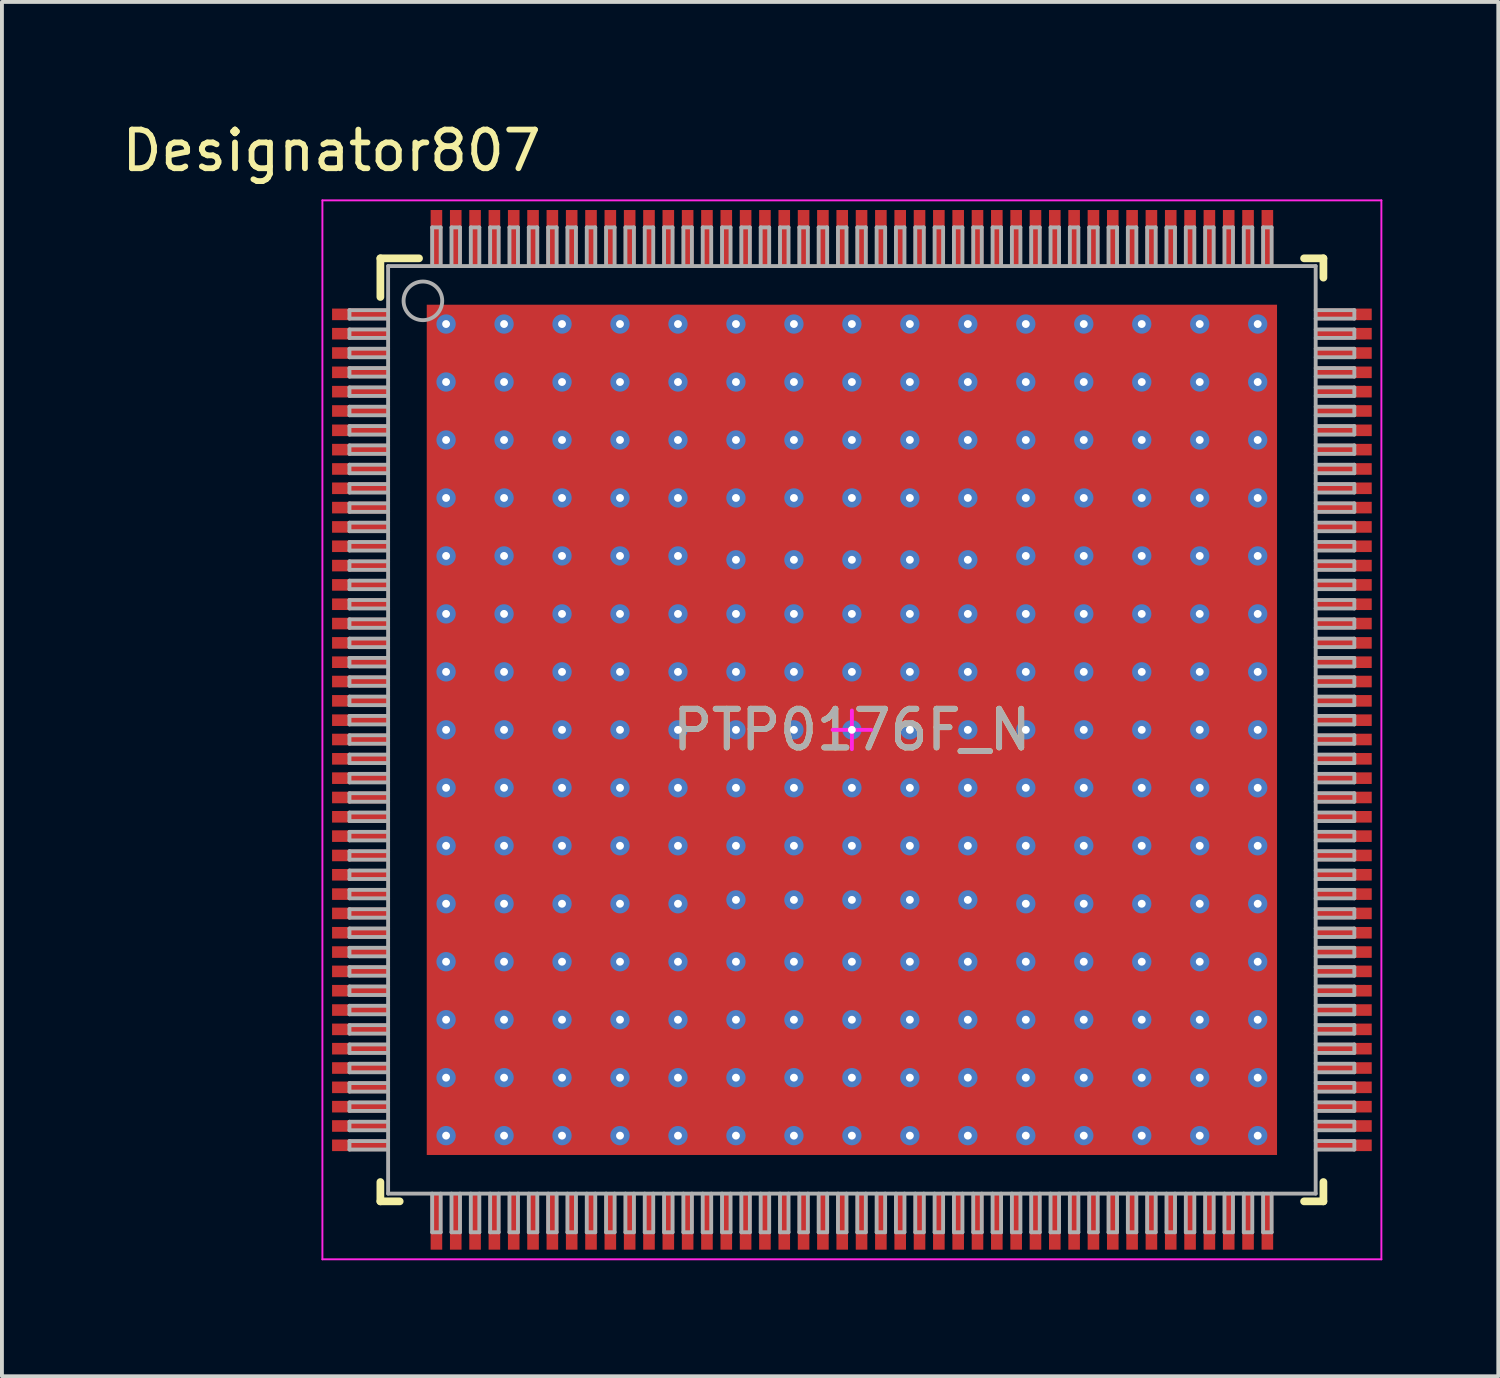
<source format=kicad_pcb>
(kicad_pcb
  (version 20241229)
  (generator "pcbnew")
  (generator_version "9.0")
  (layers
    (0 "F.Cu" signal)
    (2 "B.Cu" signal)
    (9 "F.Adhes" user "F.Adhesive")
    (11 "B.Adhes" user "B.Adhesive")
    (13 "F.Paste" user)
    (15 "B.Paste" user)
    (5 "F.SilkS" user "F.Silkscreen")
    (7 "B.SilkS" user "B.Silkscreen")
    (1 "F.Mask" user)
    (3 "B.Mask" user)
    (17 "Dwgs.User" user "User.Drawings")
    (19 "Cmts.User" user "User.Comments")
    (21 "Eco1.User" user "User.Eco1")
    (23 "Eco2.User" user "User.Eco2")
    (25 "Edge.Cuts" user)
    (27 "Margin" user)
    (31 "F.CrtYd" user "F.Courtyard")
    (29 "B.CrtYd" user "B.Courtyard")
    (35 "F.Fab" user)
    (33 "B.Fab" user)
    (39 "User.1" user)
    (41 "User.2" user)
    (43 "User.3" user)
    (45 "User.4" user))
  (footprint "PTP0176F_N"
    (layer "F.Cu")
    (at 18.992 15.834)
    (property "Reference" "PTP0176F_N" (at 0 0 0) (unlocked yes) (layer "F.SilkS") (effects (font (size 1 1) (thickness 0.15))))
    (attr through_hole)
    (fp_poly (pts (xy -4.035 3.628) (xy -4.035 -3.628) (xy -4.034 -3.635) (xy -4.032 -3.642) (xy -4.029 -3.649) (xy -4.024 -3.654) (xy -4.019 -3.659) (xy -4.012 -3.662) (xy -4.005 -3.664) (xy -3.998 -3.665) (xy 3.998 -3.665) (xy 4.006 -3.664) (xy 4.012 -3.662) (xy 4.019 -3.659) (xy 4.024 -3.654) (xy 4.029 -3.649) (xy 4.032 -3.642) (xy 4.034 -3.635) (xy 4.035 -3.628) (xy 4.035 3.628) (xy 4.034 3.635) (xy 4.032 3.642) (xy 4.029 3.649) (xy 4.024 3.654) (xy 4.019 3.659) (xy 4.012 3.662) (xy 4.006 3.664) (xy 3.998 3.665) (xy -3.998 3.665) (xy -4.005 3.664) (xy -4.012 3.662) (xy -4.019 3.659) (xy -4.024 3.654) (xy -4.029 3.649) (xy -4.032 3.642) (xy -4.034 3.635)) (stroke (width 0) (type solid)) (fill yes) (layer "F.Mask"))
    (fp_line (start -12.2 -12.2) (end -11.2 -12.2) (stroke (width 0.2) (type solid)) (layer "F.SilkS"))
    (fp_line (start -12.2 -11.2) (end -12.2 -12.2) (stroke (width 0.2) (type solid)) (layer "F.SilkS"))
    (fp_line (start -12.2 12.2) (end -12.2 11.7) (stroke (width 0.2) (type solid)) (layer "F.SilkS"))
    (fp_line (start -12.2 12.2) (end -11.7 12.2) (stroke (width 0.2) (type solid)) (layer "F.SilkS"))
    (fp_line (start 11.7 -12.2) (end 12.2 -12.2) (stroke (width 0.2) (type solid)) (layer "F.SilkS"))
    (fp_line (start 11.7 12.2) (end 12.2 12.2) (stroke (width 0.2) (type solid)) (layer "F.SilkS"))
    (fp_line (start 12.2 -11.7) (end 12.2 -12.2) (stroke (width 0.2) (type solid)) (layer "F.SilkS"))
    (fp_line (start 12.2 12.2) (end 12.2 11.7) (stroke (width 0.2) (type solid)) (layer "F.SilkS"))
    (fp_poly (pts (xy -4.035 3.628) (xy -4.035 -3.628) (xy -4.034 -3.635) (xy -4.032 -3.642) (xy -4.029 -3.649) (xy -4.024 -3.654) (xy -4.019 -3.659) (xy -4.012 -3.662) (xy -4.005 -3.664) (xy -3.998 -3.665) (xy 3.998 -3.665) (xy 4.006 -3.664) (xy 4.012 -3.662) (xy 4.019 -3.659) (xy 4.024 -3.654) (xy 4.029 -3.649) (xy 4.032 -3.642) (xy 4.034 -3.635) (xy 4.035 -3.628) (xy 4.035 3.628) (xy 4.034 3.635) (xy 4.032 3.642) (xy 4.029 3.649) (xy 4.024 3.654) (xy 4.019 3.659) (xy 4.012 3.662) (xy 4.006 3.664) (xy 3.998 3.665) (xy -3.998 3.665) (xy -4.005 3.664) (xy -4.012 3.662) (xy -4.019 3.659) (xy -4.024 3.654) (xy -4.029 3.649) (xy -4.032 3.642) (xy -4.034 3.635)) (stroke (width 0) (type solid)) (fill yes) (layer "F.Paste"))
    (fp_line (start -13.7 -13.7) (end 13.7 -13.7) (stroke (width 0.05) (type solid)) (layer "F.CrtYd"))
    (fp_line (start -13.7 13.7) (end -13.7 -13.7) (stroke (width 0.05) (type solid)) (layer "F.CrtYd"))
    (fp_line (start -13.7 13.7) (end 13.7 13.7) (stroke (width 0.05) (type solid)) (layer "F.CrtYd"))
    (fp_line (start -0.5 0) (end 0.5 0) (stroke (width 0.1) (type solid)) (layer "F.CrtYd"))
    (fp_line (start 0.000003 0.5) (end 0.000003 -0.5) (stroke (width 0.1) (type solid)) (layer "F.CrtYd"))
    (fp_line (start 13.7 13.7) (end 13.7 -13.7) (stroke (width 0.05) (type solid)) (layer "F.CrtYd"))
    (fp_line (start -13 -10.86) (end -12 -10.86) (stroke (width 0.1) (type solid)) (layer "F.Fab"))
    (fp_line (start -13 -10.64) (end -13 -10.86) (stroke (width 0.1) (type solid)) (layer "F.Fab"))
    (fp_line (start -13 -10.64) (end -12 -10.64) (stroke (width 0.1) (type solid)) (layer "F.Fab"))
    (fp_line (start -13 -10.36) (end -12 -10.36) (stroke (width 0.1) (type solid)) (layer "F.Fab"))
    (fp_line (start -13 -10.14) (end -13 -10.36) (stroke (width 0.1) (type solid)) (layer "F.Fab"))
    (fp_line (start -13 -10.14) (end -12 -10.14) (stroke (width 0.1) (type solid)) (layer "F.Fab"))
    (fp_line (start -13 -9.86) (end -12 -9.86) (stroke (width 0.1) (type solid)) (layer "F.Fab"))
    (fp_line (start -13 -9.64) (end -13 -9.86) (stroke (width 0.1) (type solid)) (layer "F.Fab"))
    (fp_line (start -13 -9.64) (end -12 -9.64) (stroke (width 0.1) (type solid)) (layer "F.Fab"))
    (fp_line (start -13 -9.36) (end -12 -9.36) (stroke (width 0.1) (type solid)) (layer "F.Fab"))
    (fp_line (start -13 -9.14) (end -13 -9.36) (stroke (width 0.1) (type solid)) (layer "F.Fab"))
    (fp_line (start -13 -9.14) (end -12 -9.14) (stroke (width 0.1) (type solid)) (layer "F.Fab"))
    (fp_line (start -13 -8.86) (end -12 -8.86) (stroke (width 0.1) (type solid)) (layer "F.Fab"))
    (fp_line (start -13 -8.64) (end -13 -8.86) (stroke (width 0.1) (type solid)) (layer "F.Fab"))
    (fp_line (start -13 -8.64) (end -12 -8.64) (stroke (width 0.1) (type solid)) (layer "F.Fab"))
    (fp_line (start -13 -8.36) (end -12 -8.36) (stroke (width 0.1) (type solid)) (layer "F.Fab"))
    (fp_line (start -13 -8.14) (end -13 -8.36) (stroke (width 0.1) (type solid)) (layer "F.Fab"))
    (fp_line (start -13 -8.14) (end -12 -8.14) (stroke (width 0.1) (type solid)) (layer "F.Fab"))
    (fp_line (start -13 -7.86) (end -12 -7.86) (stroke (width 0.1) (type solid)) (layer "F.Fab"))
    (fp_line (start -13 -7.64) (end -13 -7.86) (stroke (width 0.1) (type solid)) (layer "F.Fab"))
    (fp_line (start -13 -7.64) (end -12 -7.64) (stroke (width 0.1) (type solid)) (layer "F.Fab"))
    (fp_line (start -13 -7.36) (end -12 -7.36) (stroke (width 0.1) (type solid)) (layer "F.Fab"))
    (fp_line (start -13 -7.14) (end -13 -7.36) (stroke (width 0.1) (type solid)) (layer "F.Fab"))
    (fp_line (start -13 -7.14) (end -12 -7.14) (stroke (width 0.1) (type solid)) (layer "F.Fab"))
    (fp_line (start -13 -6.86) (end -12 -6.86) (stroke (width 0.1) (type solid)) (layer "F.Fab"))
    (fp_line (start -13 -6.64) (end -13 -6.86) (stroke (width 0.1) (type solid)) (layer "F.Fab"))
    (fp_line (start -13 -6.64) (end -12 -6.64) (stroke (width 0.1) (type solid)) (layer "F.Fab"))
    (fp_line (start -13 -6.36) (end -12 -6.36) (stroke (width 0.1) (type solid)) (layer "F.Fab"))
    (fp_line (start -13 -6.14) (end -13 -6.36) (stroke (width 0.1) (type solid)) (layer "F.Fab"))
    (fp_line (start -13 -6.14) (end -12 -6.14) (stroke (width 0.1) (type solid)) (layer "F.Fab"))
    (fp_line (start -13 -5.86) (end -12 -5.86) (stroke (width 0.1) (type solid)) (layer "F.Fab"))
    (fp_line (start -13 -5.64) (end -13 -5.86) (stroke (width 0.1) (type solid)) (layer "F.Fab"))
    (fp_line (start -13 -5.64) (end -12 -5.64) (stroke (width 0.1) (type solid)) (layer "F.Fab"))
    (fp_line (start -13 -5.36) (end -12 -5.36) (stroke (width 0.1) (type solid)) (layer "F.Fab"))
    (fp_line (start -13 -5.14) (end -13 -5.36) (stroke (width 0.1) (type solid)) (layer "F.Fab"))
    (fp_line (start -13 -5.14) (end -12 -5.14) (stroke (width 0.1) (type solid)) (layer "F.Fab"))
    (fp_line (start -13 -4.86) (end -12 -4.86) (stroke (width 0.1) (type solid)) (layer "F.Fab"))
    (fp_line (start -13 -4.64) (end -13 -4.86) (stroke (width 0.1) (type solid)) (layer "F.Fab"))
    (fp_line (start -13 -4.64) (end -12 -4.64) (stroke (width 0.1) (type solid)) (layer "F.Fab"))
    (fp_line (start -13 -4.36) (end -12 -4.36) (stroke (width 0.1) (type solid)) (layer "F.Fab"))
    (fp_line (start -13 -4.14) (end -13 -4.36) (stroke (width 0.1) (type solid)) (layer "F.Fab"))
    (fp_line (start -13 -4.14) (end -12 -4.14) (stroke (width 0.1) (type solid)) (layer "F.Fab"))
    (fp_line (start -13 -3.86) (end -12 -3.86) (stroke (width 0.1) (type solid)) (layer "F.Fab"))
    (fp_line (start -13 -3.64) (end -13 -3.86) (stroke (width 0.1) (type solid)) (layer "F.Fab"))
    (fp_line (start -13 -3.64) (end -12 -3.64) (stroke (width 0.1) (type solid)) (layer "F.Fab"))
    (fp_line (start -13 -3.36) (end -12 -3.36) (stroke (width 0.1) (type solid)) (layer "F.Fab"))
    (fp_line (start -13 -3.14) (end -13 -3.36) (stroke (width 0.1) (type solid)) (layer "F.Fab"))
    (fp_line (start -13 -3.14) (end -12 -3.14) (stroke (width 0.1) (type solid)) (layer "F.Fab"))
    (fp_line (start -13 -2.86) (end -12 -2.86) (stroke (width 0.1) (type solid)) (layer "F.Fab"))
    (fp_line (start -13 -2.64) (end -13 -2.86) (stroke (width 0.1) (type solid)) (layer "F.Fab"))
    (fp_line (start -13 -2.64) (end -12 -2.64) (stroke (width 0.1) (type solid)) (layer "F.Fab"))
    (fp_line (start -13 -2.36) (end -12 -2.36) (stroke (width 0.1) (type solid)) (layer "F.Fab"))
    (fp_line (start -13 -2.14) (end -13 -2.36) (stroke (width 0.1) (type solid)) (layer "F.Fab"))
    (fp_line (start -13 -2.14) (end -12 -2.14) (stroke (width 0.1) (type solid)) (layer "F.Fab"))
    (fp_line (start -13 -1.86) (end -12 -1.86) (stroke (width 0.1) (type solid)) (layer "F.Fab"))
    (fp_line (start -13 -1.64) (end -13 -1.86) (stroke (width 0.1) (type solid)) (layer "F.Fab"))
    (fp_line (start -13 -1.64) (end -12 -1.64) (stroke (width 0.1) (type solid)) (layer "F.Fab"))
    (fp_line (start -13 -1.36) (end -12 -1.36) (stroke (width 0.1) (type solid)) (layer "F.Fab"))
    (fp_line (start -13 -1.14) (end -13 -1.36) (stroke (width 0.1) (type solid)) (layer "F.Fab"))
    (fp_line (start -13 -1.14) (end -12 -1.14) (stroke (width 0.1) (type solid)) (layer "F.Fab"))
    (fp_line (start -13 -0.86) (end -12 -0.86) (stroke (width 0.1) (type solid)) (layer "F.Fab"))
    (fp_line (start -13 -0.64) (end -13 -0.86) (stroke (width 0.1) (type solid)) (layer "F.Fab"))
    (fp_line (start -13 -0.64) (end -12 -0.64) (stroke (width 0.1) (type solid)) (layer "F.Fab"))
    (fp_line (start -13 -0.36) (end -12 -0.36) (stroke (width 0.1) (type solid)) (layer "F.Fab"))
    (fp_line (start -13 -0.14) (end -13 -0.36) (stroke (width 0.1) (type solid)) (layer "F.Fab"))
    (fp_line (start -13 -0.14) (end -12 -0.14) (stroke (width 0.1) (type solid)) (layer "F.Fab"))
    (fp_line (start -13 0.14) (end -12 0.14) (stroke (width 0.1) (type solid)) (layer "F.Fab"))
    (fp_line (start -13 0.36) (end -13 0.14) (stroke (width 0.1) (type solid)) (layer "F.Fab"))
    (fp_line (start -13 0.36) (end -12 0.36) (stroke (width 0.1) (type solid)) (layer "F.Fab"))
    (fp_line (start -13 0.64) (end -12 0.64) (stroke (width 0.1) (type solid)) (layer "F.Fab"))
    (fp_line (start -13 0.86) (end -13 0.64) (stroke (width 0.1) (type solid)) (layer "F.Fab"))
    (fp_line (start -13 0.86) (end -12 0.86) (stroke (width 0.1) (type solid)) (layer "F.Fab"))
    (fp_line (start -13 1.14) (end -12 1.14) (stroke (width 0.1) (type solid)) (layer "F.Fab"))
    (fp_line (start -13 1.36) (end -13 1.14) (stroke (width 0.1) (type solid)) (layer "F.Fab"))
    (fp_line (start -13 1.36) (end -12 1.36) (stroke (width 0.1) (type solid)) (layer "F.Fab"))
    (fp_line (start -13 1.64) (end -12 1.64) (stroke (width 0.1) (type solid)) (layer "F.Fab"))
    (fp_line (start -13 1.86) (end -13 1.64) (stroke (width 0.1) (type solid)) (layer "F.Fab"))
    (fp_line (start -13 1.86) (end -12 1.86) (stroke (width 0.1) (type solid)) (layer "F.Fab"))
    (fp_line (start -13 2.14) (end -12 2.14) (stroke (width 0.1) (type solid)) (layer "F.Fab"))
    (fp_line (start -13 2.36) (end -13 2.14) (stroke (width 0.1) (type solid)) (layer "F.Fab"))
    (fp_line (start -13 2.36) (end -12 2.36) (stroke (width 0.1) (type solid)) (layer "F.Fab"))
    (fp_line (start -13 2.64) (end -12 2.64) (stroke (width 0.1) (type solid)) (layer "F.Fab"))
    (fp_line (start -13 2.86) (end -13 2.64) (stroke (width 0.1) (type solid)) (layer "F.Fab"))
    (fp_line (start -13 2.86) (end -12 2.86) (stroke (width 0.1) (type solid)) (layer "F.Fab"))
    (fp_line (start -13 3.14) (end -12 3.14) (stroke (width 0.1) (type solid)) (layer "F.Fab"))
    (fp_line (start -13 3.36) (end -13 3.14) (stroke (width 0.1) (type solid)) (layer "F.Fab"))
    (fp_line (start -13 3.36) (end -12 3.36) (stroke (width 0.1) (type solid)) (layer "F.Fab"))
    (fp_line (start -13 3.64) (end -12 3.64) (stroke (width 0.1) (type solid)) (layer "F.Fab"))
    (fp_line (start -13 3.86) (end -13 3.64) (stroke (width 0.1) (type solid)) (layer "F.Fab"))
    (fp_line (start -13 3.86) (end -12 3.86) (stroke (width 0.1) (type solid)) (layer "F.Fab"))
    (fp_line (start -13 4.14) (end -12 4.14) (stroke (width 0.1) (type solid)) (layer "F.Fab"))
    (fp_line (start -13 4.36) (end -13 4.14) (stroke (width 0.1) (type solid)) (layer "F.Fab"))
    (fp_line (start -13 4.36) (end -12 4.36) (stroke (width 0.1) (type solid)) (layer "F.Fab"))
    (fp_line (start -13 4.64) (end -12 4.64) (stroke (width 0.1) (type solid)) (layer "F.Fab"))
    (fp_line (start -13 4.86) (end -13 4.64) (stroke (width 0.1) (type solid)) (layer "F.Fab"))
    (fp_line (start -13 4.86) (end -12 4.86) (stroke (width 0.1) (type solid)) (layer "F.Fab"))
    (fp_line (start -13 5.14) (end -12 5.14) (stroke (width 0.1) (type solid)) (layer "F.Fab"))
    (fp_line (start -13 5.36) (end -13 5.14) (stroke (width 0.1) (type solid)) (layer "F.Fab"))
    (fp_line (start -13 5.36) (end -12 5.36) (stroke (width 0.1) (type solid)) (layer "F.Fab"))
    (fp_line (start -13 5.64) (end -12 5.64) (stroke (width 0.1) (type solid)) (layer "F.Fab"))
    (fp_line (start -13 5.86) (end -13 5.64) (stroke (width 0.1) (type solid)) (layer "F.Fab"))
    (fp_line (start -13 5.86) (end -12 5.86) (stroke (width 0.1) (type solid)) (layer "F.Fab"))
    (fp_line (start -13 6.14) (end -12 6.14) (stroke (width 0.1) (type solid)) (layer "F.Fab"))
    (fp_line (start -13 6.36) (end -13 6.14) (stroke (width 0.1) (type solid)) (layer "F.Fab"))
    (fp_line (start -13 6.36) (end -12 6.36) (stroke (width 0.1) (type solid)) (layer "F.Fab"))
    (fp_line (start -13 6.64) (end -12 6.64) (stroke (width 0.1) (type solid)) (layer "F.Fab"))
    (fp_line (start -13 6.86) (end -13 6.64) (stroke (width 0.1) (type solid)) (layer "F.Fab"))
    (fp_line (start -13 6.86) (end -12 6.86) (stroke (width 0.1) (type solid)) (layer "F.Fab"))
    (fp_line (start -13 7.14) (end -12 7.14) (stroke (width 0.1) (type solid)) (layer "F.Fab"))
    (fp_line (start -13 7.36) (end -13 7.14) (stroke (width 0.1) (type solid)) (layer "F.Fab"))
    (fp_line (start -13 7.36) (end -12 7.36) (stroke (width 0.1) (type solid)) (layer "F.Fab"))
    (fp_line (start -13 7.64) (end -12 7.64) (stroke (width 0.1) (type solid)) (layer "F.Fab"))
    (fp_line (start -13 7.86) (end -13 7.64) (stroke (width 0.1) (type solid)) (layer "F.Fab"))
    (fp_line (start -13 7.86) (end -12 7.86) (stroke (width 0.1) (type solid)) (layer "F.Fab"))
    (fp_line (start -13 8.14) (end -12 8.14) (stroke (width 0.1) (type solid)) (layer "F.Fab"))
    (fp_line (start -13 8.36) (end -13 8.14) (stroke (width 0.1) (type solid)) (layer "F.Fab"))
    (fp_line (start -13 8.36) (end -12 8.36) (stroke (width 0.1) (type solid)) (layer "F.Fab"))
    (fp_line (start -13 8.64) (end -12 8.64) (stroke (width 0.1) (type solid)) (layer "F.Fab"))
    (fp_line (start -13 8.86) (end -13 8.64) (stroke (width 0.1) (type solid)) (layer "F.Fab"))
    (fp_line (start -13 8.86) (end -12 8.86) (stroke (width 0.1) (type solid)) (layer "F.Fab"))
    (fp_line (start -13 9.14) (end -12 9.14) (stroke (width 0.1) (type solid)) (layer "F.Fab"))
    (fp_line (start -13 9.36) (end -13 9.14) (stroke (width 0.1) (type solid)) (layer "F.Fab"))
    (fp_line (start -13 9.36) (end -12 9.36) (stroke (width 0.1) (type solid)) (layer "F.Fab"))
    (fp_line (start -13 9.64) (end -12 9.64) (stroke (width 0.1) (type solid)) (layer "F.Fab"))
    (fp_line (start -13 9.86) (end -13 9.64) (stroke (width 0.1) (type solid)) (layer "F.Fab"))
    (fp_line (start -13 9.86) (end -12 9.86) (stroke (width 0.1) (type solid)) (layer "F.Fab"))
    (fp_line (start -13 10.14) (end -12 10.14) (stroke (width 0.1) (type solid)) (layer "F.Fab"))
    (fp_line (start -13 10.36) (end -13 10.14) (stroke (width 0.1) (type solid)) (layer "F.Fab"))
    (fp_line (start -13 10.36) (end -12 10.36) (stroke (width 0.1) (type solid)) (layer "F.Fab"))
    (fp_line (start -13 10.64) (end -12 10.64) (stroke (width 0.1) (type solid)) (layer "F.Fab"))
    (fp_line (start -13 10.86) (end -13 10.64) (stroke (width 0.1) (type solid)) (layer "F.Fab"))
    (fp_line (start -13 10.86) (end -12 10.86) (stroke (width 0.1) (type solid)) (layer "F.Fab"))
    (fp_line (start -12 -12) (end 12 -12) (stroke (width 0.1) (type solid)) (layer "F.Fab"))
    (fp_line (start -12 12) (end -12 -12) (stroke (width 0.1) (type solid)) (layer "F.Fab"))
    (fp_line (start -12 12) (end 12 12) (stroke (width 0.1) (type solid)) (layer "F.Fab"))
    (fp_line (start -10.86 -13) (end -10.64 -13) (stroke (width 0.1) (type solid)) (layer "F.Fab"))
    (fp_line (start -10.86 -12) (end -10.86 -13) (stroke (width 0.1) (type solid)) (layer "F.Fab"))
    (fp_line (start -10.86 13) (end -10.86 12) (stroke (width 0.1) (type solid)) (layer "F.Fab"))
    (fp_line (start -10.86 13) (end -10.64 13) (stroke (width 0.1) (type solid)) (layer "F.Fab"))
    (fp_line (start -10.64 -12) (end -10.64 -13) (stroke (width 0.1) (type solid)) (layer "F.Fab"))
    (fp_line (start -10.64 13) (end -10.64 12) (stroke (width 0.1) (type solid)) (layer "F.Fab"))
    (fp_line (start -10.36 -13) (end -10.14 -13) (stroke (width 0.1) (type solid)) (layer "F.Fab"))
    (fp_line (start -10.36 -12) (end -10.36 -13) (stroke (width 0.1) (type solid)) (layer "F.Fab"))
    (fp_line (start -10.36 13) (end -10.36 12) (stroke (width 0.1) (type solid)) (layer "F.Fab"))
    (fp_line (start -10.36 13) (end -10.14 13) (stroke (width 0.1) (type solid)) (layer "F.Fab"))
    (fp_line (start -10.14 -12) (end -10.14 -13) (stroke (width 0.1) (type solid)) (layer "F.Fab"))
    (fp_line (start -10.14 13) (end -10.14 12) (stroke (width 0.1) (type solid)) (layer "F.Fab"))
    (fp_line (start -9.86 -13) (end -9.64 -13) (stroke (width 0.1) (type solid)) (layer "F.Fab"))
    (fp_line (start -9.86 -12) (end -9.86 -13) (stroke (width 0.1) (type solid)) (layer "F.Fab"))
    (fp_line (start -9.86 13) (end -9.86 12) (stroke (width 0.1) (type solid)) (layer "F.Fab"))
    (fp_line (start -9.86 13) (end -9.64 13) (stroke (width 0.1) (type solid)) (layer "F.Fab"))
    (fp_line (start -9.64 -12) (end -9.64 -13) (stroke (width 0.1) (type solid)) (layer "F.Fab"))
    (fp_line (start -9.64 13) (end -9.64 12) (stroke (width 0.1) (type solid)) (layer "F.Fab"))
    (fp_line (start -9.36 -13) (end -9.14 -13) (stroke (width 0.1) (type solid)) (layer "F.Fab"))
    (fp_line (start -9.36 -12) (end -9.36 -13) (stroke (width 0.1) (type solid)) (layer "F.Fab"))
    (fp_line (start -9.36 13) (end -9.36 12) (stroke (width 0.1) (type solid)) (layer "F.Fab"))
    (fp_line (start -9.36 13) (end -9.14 13) (stroke (width 0.1) (type solid)) (layer "F.Fab"))
    (fp_line (start -9.14 -12) (end -9.14 -13) (stroke (width 0.1) (type solid)) (layer "F.Fab"))
    (fp_line (start -9.14 13) (end -9.14 12) (stroke (width 0.1) (type solid)) (layer "F.Fab"))
    (fp_line (start -8.86 -13) (end -8.64 -13) (stroke (width 0.1) (type solid)) (layer "F.Fab"))
    (fp_line (start -8.86 -12) (end -8.86 -13) (stroke (width 0.1) (type solid)) (layer "F.Fab"))
    (fp_line (start -8.86 13) (end -8.86 12) (stroke (width 0.1) (type solid)) (layer "F.Fab"))
    (fp_line (start -8.86 13) (end -8.64 13) (stroke (width 0.1) (type solid)) (layer "F.Fab"))
    (fp_line (start -8.64 -12) (end -8.64 -13) (stroke (width 0.1) (type solid)) (layer "F.Fab"))
    (fp_line (start -8.64 13) (end -8.64 12) (stroke (width 0.1) (type solid)) (layer "F.Fab"))
    (fp_line (start -8.36 -13) (end -8.14 -13) (stroke (width 0.1) (type solid)) (layer "F.Fab"))
    (fp_line (start -8.36 -12) (end -8.36 -13) (stroke (width 0.1) (type solid)) (layer "F.Fab"))
    (fp_line (start -8.36 13) (end -8.36 12) (stroke (width 0.1) (type solid)) (layer "F.Fab"))
    (fp_line (start -8.36 13) (end -8.14 13) (stroke (width 0.1) (type solid)) (layer "F.Fab"))
    (fp_line (start -8.14 -12) (end -8.14 -13) (stroke (width 0.1) (type solid)) (layer "F.Fab"))
    (fp_line (start -8.14 13) (end -8.14 12) (stroke (width 0.1) (type solid)) (layer "F.Fab"))
    (fp_line (start -7.86 -13) (end -7.64 -13) (stroke (width 0.1) (type solid)) (layer "F.Fab"))
    (fp_line (start -7.86 -12) (end -7.86 -13) (stroke (width 0.1) (type solid)) (layer "F.Fab"))
    (fp_line (start -7.86 13) (end -7.86 12) (stroke (width 0.1) (type solid)) (layer "F.Fab"))
    (fp_line (start -7.86 13) (end -7.64 13) (stroke (width 0.1) (type solid)) (layer "F.Fab"))
    (fp_line (start -7.64 -12) (end -7.64 -13) (stroke (width 0.1) (type solid)) (layer "F.Fab"))
    (fp_line (start -7.64 13) (end -7.64 12) (stroke (width 0.1) (type solid)) (layer "F.Fab"))
    (fp_line (start -7.36 -13) (end -7.14 -13) (stroke (width 0.1) (type solid)) (layer "F.Fab"))
    (fp_line (start -7.36 -12) (end -7.36 -13) (stroke (width 0.1) (type solid)) (layer "F.Fab"))
    (fp_line (start -7.36 13) (end -7.36 12) (stroke (width 0.1) (type solid)) (layer "F.Fab"))
    (fp_line (start -7.36 13) (end -7.14 13) (stroke (width 0.1) (type solid)) (layer "F.Fab"))
    (fp_line (start -7.14 -12) (end -7.14 -13) (stroke (width 0.1) (type solid)) (layer "F.Fab"))
    (fp_line (start -7.14 13) (end -7.14 12) (stroke (width 0.1) (type solid)) (layer "F.Fab"))
    (fp_line (start -6.86 -13) (end -6.64 -13) (stroke (width 0.1) (type solid)) (layer "F.Fab"))
    (fp_line (start -6.86 -12) (end -6.86 -13) (stroke (width 0.1) (type solid)) (layer "F.Fab"))
    (fp_line (start -6.86 13) (end -6.86 12) (stroke (width 0.1) (type solid)) (layer "F.Fab"))
    (fp_line (start -6.86 13) (end -6.64 13) (stroke (width 0.1) (type solid)) (layer "F.Fab"))
    (fp_line (start -6.64 -12) (end -6.64 -13) (stroke (width 0.1) (type solid)) (layer "F.Fab"))
    (fp_line (start -6.64 13) (end -6.64 12) (stroke (width 0.1) (type solid)) (layer "F.Fab"))
    (fp_line (start -6.36 -13) (end -6.14 -13) (stroke (width 0.1) (type solid)) (layer "F.Fab"))
    (fp_line (start -6.36 -12) (end -6.36 -13) (stroke (width 0.1) (type solid)) (layer "F.Fab"))
    (fp_line (start -6.36 13) (end -6.36 12) (stroke (width 0.1) (type solid)) (layer "F.Fab"))
    (fp_line (start -6.36 13) (end -6.14 13) (stroke (width 0.1) (type solid)) (layer "F.Fab"))
    (fp_line (start -6.14 -12) (end -6.14 -13) (stroke (width 0.1) (type solid)) (layer "F.Fab"))
    (fp_line (start -6.14 13) (end -6.14 12) (stroke (width 0.1) (type solid)) (layer "F.Fab"))
    (fp_line (start -5.86 -13) (end -5.64 -13) (stroke (width 0.1) (type solid)) (layer "F.Fab"))
    (fp_line (start -5.86 -12) (end -5.86 -13) (stroke (width 0.1) (type solid)) (layer "F.Fab"))
    (fp_line (start -5.86 13) (end -5.86 12) (stroke (width 0.1) (type solid)) (layer "F.Fab"))
    (fp_line (start -5.86 13) (end -5.64 13) (stroke (width 0.1) (type solid)) (layer "F.Fab"))
    (fp_line (start -5.64 -12) (end -5.64 -13) (stroke (width 0.1) (type solid)) (layer "F.Fab"))
    (fp_line (start -5.64 13) (end -5.64 12) (stroke (width 0.1) (type solid)) (layer "F.Fab"))
    (fp_line (start -5.36 -13) (end -5.14 -13) (stroke (width 0.1) (type solid)) (layer "F.Fab"))
    (fp_line (start -5.36 -12) (end -5.36 -13) (stroke (width 0.1) (type solid)) (layer "F.Fab"))
    (fp_line (start -5.36 13) (end -5.36 12) (stroke (width 0.1) (type solid)) (layer "F.Fab"))
    (fp_line (start -5.36 13) (end -5.14 13) (stroke (width 0.1) (type solid)) (layer "F.Fab"))
    (fp_line (start -5.14 -12) (end -5.14 -13) (stroke (width 0.1) (type solid)) (layer "F.Fab"))
    (fp_line (start -5.14 13) (end -5.14 12) (stroke (width 0.1) (type solid)) (layer "F.Fab"))
    (fp_line (start -4.86 -13) (end -4.64 -13) (stroke (width 0.1) (type solid)) (layer "F.Fab"))
    (fp_line (start -4.86 -12) (end -4.86 -13) (stroke (width 0.1) (type solid)) (layer "F.Fab"))
    (fp_line (start -4.86 13) (end -4.86 12) (stroke (width 0.1) (type solid)) (layer "F.Fab"))
    (fp_line (start -4.86 13) (end -4.64 13) (stroke (width 0.1) (type solid)) (layer "F.Fab"))
    (fp_line (start -4.64 -12) (end -4.64 -13) (stroke (width 0.1) (type solid)) (layer "F.Fab"))
    (fp_line (start -4.64 13) (end -4.64 12) (stroke (width 0.1) (type solid)) (layer "F.Fab"))
    (fp_line (start -4.36 -13) (end -4.14 -13) (stroke (width 0.1) (type solid)) (layer "F.Fab"))
    (fp_line (start -4.36 -12) (end -4.36 -13) (stroke (width 0.1) (type solid)) (layer "F.Fab"))
    (fp_line (start -4.36 13) (end -4.36 12) (stroke (width 0.1) (type solid)) (layer "F.Fab"))
    (fp_line (start -4.36 13) (end -4.14 13) (stroke (width 0.1) (type solid)) (layer "F.Fab"))
    (fp_line (start -4.14 -12) (end -4.14 -13) (stroke (width 0.1) (type solid)) (layer "F.Fab"))
    (fp_line (start -4.14 13) (end -4.14 12) (stroke (width 0.1) (type solid)) (layer "F.Fab"))
    (fp_line (start -3.86 -13) (end -3.64 -13) (stroke (width 0.1) (type solid)) (layer "F.Fab"))
    (fp_line (start -3.86 -12) (end -3.86 -13) (stroke (width 0.1) (type solid)) (layer "F.Fab"))
    (fp_line (start -3.86 13) (end -3.86 12) (stroke (width 0.1) (type solid)) (layer "F.Fab"))
    (fp_line (start -3.86 13) (end -3.64 13) (stroke (width 0.1) (type solid)) (layer "F.Fab"))
    (fp_line (start -3.64 -12) (end -3.64 -13) (stroke (width 0.1) (type solid)) (layer "F.Fab"))
    (fp_line (start -3.64 13) (end -3.64 12) (stroke (width 0.1) (type solid)) (layer "F.Fab"))
    (fp_line (start -3.36 -13) (end -3.14 -13) (stroke (width 0.1) (type solid)) (layer "F.Fab"))
    (fp_line (start -3.36 -12) (end -3.36 -13) (stroke (width 0.1) (type solid)) (layer "F.Fab"))
    (fp_line (start -3.36 13) (end -3.36 12) (stroke (width 0.1) (type solid)) (layer "F.Fab"))
    (fp_line (start -3.36 13) (end -3.14 13) (stroke (width 0.1) (type solid)) (layer "F.Fab"))
    (fp_line (start -3.14 -12) (end -3.14 -13) (stroke (width 0.1) (type solid)) (layer "F.Fab"))
    (fp_line (start -3.14 13) (end -3.14 12) (stroke (width 0.1) (type solid)) (layer "F.Fab"))
    (fp_line (start -2.86 -13) (end -2.64 -13) (stroke (width 0.1) (type solid)) (layer "F.Fab"))
    (fp_line (start -2.86 -12) (end -2.86 -13) (stroke (width 0.1) (type solid)) (layer "F.Fab"))
    (fp_line (start -2.86 13) (end -2.86 12) (stroke (width 0.1) (type solid)) (layer "F.Fab"))
    (fp_line (start -2.86 13) (end -2.64 13) (stroke (width 0.1) (type solid)) (layer "F.Fab"))
    (fp_line (start -2.64 -12) (end -2.64 -13) (stroke (width 0.1) (type solid)) (layer "F.Fab"))
    (fp_line (start -2.64 13) (end -2.64 12) (stroke (width 0.1) (type solid)) (layer "F.Fab"))
    (fp_line (start -2.36 -13) (end -2.14 -13) (stroke (width 0.1) (type solid)) (layer "F.Fab"))
    (fp_line (start -2.36 -12) (end -2.36 -13) (stroke (width 0.1) (type solid)) (layer "F.Fab"))
    (fp_line (start -2.36 13) (end -2.36 12) (stroke (width 0.1) (type solid)) (layer "F.Fab"))
    (fp_line (start -2.36 13) (end -2.14 13) (stroke (width 0.1) (type solid)) (layer "F.Fab"))
    (fp_line (start -2.14 -12) (end -2.14 -13) (stroke (width 0.1) (type solid)) (layer "F.Fab"))
    (fp_line (start -2.14 13) (end -2.14 12) (stroke (width 0.1) (type solid)) (layer "F.Fab"))
    (fp_line (start -1.86 -13) (end -1.64 -13) (stroke (width 0.1) (type solid)) (layer "F.Fab"))
    (fp_line (start -1.86 -12) (end -1.86 -13) (stroke (width 0.1) (type solid)) (layer "F.Fab"))
    (fp_line (start -1.86 13) (end -1.86 12) (stroke (width 0.1) (type solid)) (layer "F.Fab"))
    (fp_line (start -1.86 13) (end -1.64 13) (stroke (width 0.1) (type solid)) (layer "F.Fab"))
    (fp_line (start -1.64 -12) (end -1.64 -13) (stroke (width 0.1) (type solid)) (layer "F.Fab"))
    (fp_line (start -1.64 13) (end -1.64 12) (stroke (width 0.1) (type solid)) (layer "F.Fab"))
    (fp_line (start -1.36 -13) (end -1.14 -13) (stroke (width 0.1) (type solid)) (layer "F.Fab"))
    (fp_line (start -1.36 -12) (end -1.36 -13) (stroke (width 0.1) (type solid)) (layer "F.Fab"))
    (fp_line (start -1.36 13) (end -1.36 12) (stroke (width 0.1) (type solid)) (layer "F.Fab"))
    (fp_line (start -1.36 13) (end -1.14 13) (stroke (width 0.1) (type solid)) (layer "F.Fab"))
    (fp_line (start -1.14 -12) (end -1.14 -13) (stroke (width 0.1) (type solid)) (layer "F.Fab"))
    (fp_line (start -1.14 13) (end -1.14 12) (stroke (width 0.1) (type solid)) (layer "F.Fab"))
    (fp_line (start -0.86 -13) (end -0.64 -13) (stroke (width 0.1) (type solid)) (layer "F.Fab"))
    (fp_line (start -0.86 -12) (end -0.86 -13) (stroke (width 0.1) (type solid)) (layer "F.Fab"))
    (fp_line (start -0.86 13) (end -0.86 12) (stroke (width 0.1) (type solid)) (layer "F.Fab"))
    (fp_line (start -0.86 13) (end -0.64 13) (stroke (width 0.1) (type solid)) (layer "F.Fab"))
    (fp_line (start -0.64 -12) (end -0.64 -13) (stroke (width 0.1) (type solid)) (layer "F.Fab"))
    (fp_line (start -0.64 13) (end -0.64 12) (stroke (width 0.1) (type solid)) (layer "F.Fab"))
    (fp_line (start -0.36 -13) (end -0.14 -13) (stroke (width 0.1) (type solid)) (layer "F.Fab"))
    (fp_line (start -0.36 -12) (end -0.36 -13) (stroke (width 0.1) (type solid)) (layer "F.Fab"))
    (fp_line (start -0.36 13) (end -0.36 12) (stroke (width 0.1) (type solid)) (layer "F.Fab"))
    (fp_line (start -0.36 13) (end -0.14 13) (stroke (width 0.1) (type solid)) (layer "F.Fab"))
    (fp_line (start -0.14 -12) (end -0.14 -13) (stroke (width 0.1) (type solid)) (layer "F.Fab"))
    (fp_line (start -0.14 13) (end -0.14 12) (stroke (width 0.1) (type solid)) (layer "F.Fab"))
    (fp_line (start 0.14 -13) (end 0.36 -13) (stroke (width 0.1) (type solid)) (layer "F.Fab"))
    (fp_line (start 0.14 -12) (end 0.14 -13) (stroke (width 0.1) (type solid)) (layer "F.Fab"))
    (fp_line (start 0.14 13) (end 0.14 12) (stroke (width 0.1) (type solid)) (layer "F.Fab"))
    (fp_line (start 0.14 13) (end 0.36 13) (stroke (width 0.1) (type solid)) (layer "F.Fab"))
    (fp_line (start 0.36 -12) (end 0.36 -13) (stroke (width 0.1) (type solid)) (layer "F.Fab"))
    (fp_line (start 0.36 13) (end 0.36 12) (stroke (width 0.1) (type solid)) (layer "F.Fab"))
    (fp_line (start 0.64 -13) (end 0.86 -13) (stroke (width 0.1) (type solid)) (layer "F.Fab"))
    (fp_line (start 0.64 -12) (end 0.64 -13) (stroke (width 0.1) (type solid)) (layer "F.Fab"))
    (fp_line (start 0.64 13) (end 0.64 12) (stroke (width 0.1) (type solid)) (layer "F.Fab"))
    (fp_line (start 0.64 13) (end 0.86 13) (stroke (width 0.1) (type solid)) (layer "F.Fab"))
    (fp_line (start 0.86 -12) (end 0.86 -13) (stroke (width 0.1) (type solid)) (layer "F.Fab"))
    (fp_line (start 0.86 13) (end 0.86 12) (stroke (width 0.1) (type solid)) (layer "F.Fab"))
    (fp_line (start 1.14 -13) (end 1.36 -13) (stroke (width 0.1) (type solid)) (layer "F.Fab"))
    (fp_line (start 1.14 -12) (end 1.14 -13) (stroke (width 0.1) (type solid)) (layer "F.Fab"))
    (fp_line (start 1.14 13) (end 1.14 12) (stroke (width 0.1) (type solid)) (layer "F.Fab"))
    (fp_line (start 1.14 13) (end 1.36 13) (stroke (width 0.1) (type solid)) (layer "F.Fab"))
    (fp_line (start 1.36 -12) (end 1.36 -13) (stroke (width 0.1) (type solid)) (layer "F.Fab"))
    (fp_line (start 1.36 13) (end 1.36 12) (stroke (width 0.1) (type solid)) (layer "F.Fab"))
    (fp_line (start 1.64 -13) (end 1.86 -13) (stroke (width 0.1) (type solid)) (layer "F.Fab"))
    (fp_line (start 1.64 -12) (end 1.64 -13) (stroke (width 0.1) (type solid)) (layer "F.Fab"))
    (fp_line (start 1.64 13) (end 1.64 12) (stroke (width 0.1) (type solid)) (layer "F.Fab"))
    (fp_line (start 1.64 13) (end 1.86 13) (stroke (width 0.1) (type solid)) (layer "F.Fab"))
    (fp_line (start 1.86 -12) (end 1.86 -13) (stroke (width 0.1) (type solid)) (layer "F.Fab"))
    (fp_line (start 1.86 13) (end 1.86 12) (stroke (width 0.1) (type solid)) (layer "F.Fab"))
    (fp_line (start 2.14 -13) (end 2.36 -13) (stroke (width 0.1) (type solid)) (layer "F.Fab"))
    (fp_line (start 2.14 -12) (end 2.14 -13) (stroke (width 0.1) (type solid)) (layer "F.Fab"))
    (fp_line (start 2.14 13) (end 2.14 12) (stroke (width 0.1) (type solid)) (layer "F.Fab"))
    (fp_line (start 2.14 13) (end 2.36 13) (stroke (width 0.1) (type solid)) (layer "F.Fab"))
    (fp_line (start 2.36 -12) (end 2.36 -13) (stroke (width 0.1) (type solid)) (layer "F.Fab"))
    (fp_line (start 2.36 13) (end 2.36 12) (stroke (width 0.1) (type solid)) (layer "F.Fab"))
    (fp_line (start 2.64 -13) (end 2.86 -13) (stroke (width 0.1) (type solid)) (layer "F.Fab"))
    (fp_line (start 2.64 -12) (end 2.64 -13) (stroke (width 0.1) (type solid)) (layer "F.Fab"))
    (fp_line (start 2.64 13) (end 2.64 12) (stroke (width 0.1) (type solid)) (layer "F.Fab"))
    (fp_line (start 2.64 13) (end 2.86 13) (stroke (width 0.1) (type solid)) (layer "F.Fab"))
    (fp_line (start 2.86 -12) (end 2.86 -13) (stroke (width 0.1) (type solid)) (layer "F.Fab"))
    (fp_line (start 2.86 13) (end 2.86 12) (stroke (width 0.1) (type solid)) (layer "F.Fab"))
    (fp_line (start 3.14 -13) (end 3.36 -13) (stroke (width 0.1) (type solid)) (layer "F.Fab"))
    (fp_line (start 3.14 -12) (end 3.14 -13) (stroke (width 0.1) (type solid)) (layer "F.Fab"))
    (fp_line (start 3.14 13) (end 3.14 12) (stroke (width 0.1) (type solid)) (layer "F.Fab"))
    (fp_line (start 3.14 13) (end 3.36 13) (stroke (width 0.1) (type solid)) (layer "F.Fab"))
    (fp_line (start 3.36 -12) (end 3.36 -13) (stroke (width 0.1) (type solid)) (layer "F.Fab"))
    (fp_line (start 3.36 13) (end 3.36 12) (stroke (width 0.1) (type solid)) (layer "F.Fab"))
    (fp_line (start 3.64 -13) (end 3.86 -13) (stroke (width 0.1) (type solid)) (layer "F.Fab"))
    (fp_line (start 3.64 -12) (end 3.64 -13) (stroke (width 0.1) (type solid)) (layer "F.Fab"))
    (fp_line (start 3.64 13) (end 3.64 12) (stroke (width 0.1) (type solid)) (layer "F.Fab"))
    (fp_line (start 3.64 13) (end 3.86 13) (stroke (width 0.1) (type solid)) (layer "F.Fab"))
    (fp_line (start 3.86 -12) (end 3.86 -13) (stroke (width 0.1) (type solid)) (layer "F.Fab"))
    (fp_line (start 3.86 13) (end 3.86 12) (stroke (width 0.1) (type solid)) (layer "F.Fab"))
    (fp_line (start 4.14 -13) (end 4.36 -13) (stroke (width 0.1) (type solid)) (layer "F.Fab"))
    (fp_line (start 4.14 -12) (end 4.14 -13) (stroke (width 0.1) (type solid)) (layer "F.Fab"))
    (fp_line (start 4.14 13) (end 4.14 12) (stroke (width 0.1) (type solid)) (layer "F.Fab"))
    (fp_line (start 4.14 13) (end 4.36 13) (stroke (width 0.1) (type solid)) (layer "F.Fab"))
    (fp_line (start 4.36 -12) (end 4.36 -13) (stroke (width 0.1) (type solid)) (layer "F.Fab"))
    (fp_line (start 4.36 13) (end 4.36 12) (stroke (width 0.1) (type solid)) (layer "F.Fab"))
    (fp_line (start 4.64 -13) (end 4.86 -13) (stroke (width 0.1) (type solid)) (layer "F.Fab"))
    (fp_line (start 4.64 -12) (end 4.64 -13) (stroke (width 0.1) (type solid)) (layer "F.Fab"))
    (fp_line (start 4.64 13) (end 4.64 12) (stroke (width 0.1) (type solid)) (layer "F.Fab"))
    (fp_line (start 4.64 13) (end 4.86 13) (stroke (width 0.1) (type solid)) (layer "F.Fab"))
    (fp_line (start 4.86 -12) (end 4.86 -13) (stroke (width 0.1) (type solid)) (layer "F.Fab"))
    (fp_line (start 4.86 13) (end 4.86 12) (stroke (width 0.1) (type solid)) (layer "F.Fab"))
    (fp_line (start 5.14 -13) (end 5.36 -13) (stroke (width 0.1) (type solid)) (layer "F.Fab"))
    (fp_line (start 5.14 -12) (end 5.14 -13) (stroke (width 0.1) (type solid)) (layer "F.Fab"))
    (fp_line (start 5.14 13) (end 5.14 12) (stroke (width 0.1) (type solid)) (layer "F.Fab"))
    (fp_line (start 5.14 13) (end 5.36 13) (stroke (width 0.1) (type solid)) (layer "F.Fab"))
    (fp_line (start 5.36 -12) (end 5.36 -13) (stroke (width 0.1) (type solid)) (layer "F.Fab"))
    (fp_line (start 5.36 13) (end 5.36 12) (stroke (width 0.1) (type solid)) (layer "F.Fab"))
    (fp_line (start 5.64 -13) (end 5.86 -13) (stroke (width 0.1) (type solid)) (layer "F.Fab"))
    (fp_line (start 5.64 -12) (end 5.64 -13) (stroke (width 0.1) (type solid)) (layer "F.Fab"))
    (fp_line (start 5.64 13) (end 5.64 12) (stroke (width 0.1) (type solid)) (layer "F.Fab"))
    (fp_line (start 5.64 13) (end 5.86 13) (stroke (width 0.1) (type solid)) (layer "F.Fab"))
    (fp_line (start 5.86 -12) (end 5.86 -13) (stroke (width 0.1) (type solid)) (layer "F.Fab"))
    (fp_line (start 5.86 13) (end 5.86 12) (stroke (width 0.1) (type solid)) (layer "F.Fab"))
    (fp_line (start 6.14 -13) (end 6.36 -13) (stroke (width 0.1) (type solid)) (layer "F.Fab"))
    (fp_line (start 6.14 -12) (end 6.14 -13) (stroke (width 0.1) (type solid)) (layer "F.Fab"))
    (fp_line (start 6.14 13) (end 6.14 12) (stroke (width 0.1) (type solid)) (layer "F.Fab"))
    (fp_line (start 6.14 13) (end 6.36 13) (stroke (width 0.1) (type solid)) (layer "F.Fab"))
    (fp_line (start 6.36 -12) (end 6.36 -13) (stroke (width 0.1) (type solid)) (layer "F.Fab"))
    (fp_line (start 6.36 13) (end 6.36 12) (stroke (width 0.1) (type solid)) (layer "F.Fab"))
    (fp_line (start 6.64 -13) (end 6.86 -13) (stroke (width 0.1) (type solid)) (layer "F.Fab"))
    (fp_line (start 6.64 -12) (end 6.64 -13) (stroke (width 0.1) (type solid)) (layer "F.Fab"))
    (fp_line (start 6.64 13) (end 6.64 12) (stroke (width 0.1) (type solid)) (layer "F.Fab"))
    (fp_line (start 6.64 13) (end 6.86 13) (stroke (width 0.1) (type solid)) (layer "F.Fab"))
    (fp_line (start 6.86 -12) (end 6.86 -13) (stroke (width 0.1) (type solid)) (layer "F.Fab"))
    (fp_line (start 6.86 13) (end 6.86 12) (stroke (width 0.1) (type solid)) (layer "F.Fab"))
    (fp_line (start 7.14 -13) (end 7.36 -13) (stroke (width 0.1) (type solid)) (layer "F.Fab"))
    (fp_line (start 7.14 -12) (end 7.14 -13) (stroke (width 0.1) (type solid)) (layer "F.Fab"))
    (fp_line (start 7.14 13) (end 7.14 12) (stroke (width 0.1) (type solid)) (layer "F.Fab"))
    (fp_line (start 7.14 13) (end 7.36 13) (stroke (width 0.1) (type solid)) (layer "F.Fab"))
    (fp_line (start 7.36 -12) (end 7.36 -13) (stroke (width 0.1) (type solid)) (layer "F.Fab"))
    (fp_line (start 7.36 13) (end 7.36 12) (stroke (width 0.1) (type solid)) (layer "F.Fab"))
    (fp_line (start 7.64 -13) (end 7.86 -13) (stroke (width 0.1) (type solid)) (layer "F.Fab"))
    (fp_line (start 7.64 -12) (end 7.64 -13) (stroke (width 0.1) (type solid)) (layer "F.Fab"))
    (fp_line (start 7.64 13) (end 7.64 12) (stroke (width 0.1) (type solid)) (layer "F.Fab"))
    (fp_line (start 7.64 13) (end 7.86 13) (stroke (width 0.1) (type solid)) (layer "F.Fab"))
    (fp_line (start 7.86 -12) (end 7.86 -13) (stroke (width 0.1) (type solid)) (layer "F.Fab"))
    (fp_line (start 7.86 13) (end 7.86 12) (stroke (width 0.1) (type solid)) (layer "F.Fab"))
    (fp_line (start 8.14 -13) (end 8.36 -13) (stroke (width 0.1) (type solid)) (layer "F.Fab"))
    (fp_line (start 8.14 -12) (end 8.14 -13) (stroke (width 0.1) (type solid)) (layer "F.Fab"))
    (fp_line (start 8.14 13) (end 8.14 12) (stroke (width 0.1) (type solid)) (layer "F.Fab"))
    (fp_line (start 8.14 13) (end 8.36 13) (stroke (width 0.1) (type solid)) (layer "F.Fab"))
    (fp_line (start 8.36 -12) (end 8.36 -13) (stroke (width 0.1) (type solid)) (layer "F.Fab"))
    (fp_line (start 8.36 13) (end 8.36 12) (stroke (width 0.1) (type solid)) (layer "F.Fab"))
    (fp_line (start 8.64 -13) (end 8.86 -13) (stroke (width 0.1) (type solid)) (layer "F.Fab"))
    (fp_line (start 8.64 -12) (end 8.64 -13) (stroke (width 0.1) (type solid)) (layer "F.Fab"))
    (fp_line (start 8.64 13) (end 8.64 12) (stroke (width 0.1) (type solid)) (layer "F.Fab"))
    (fp_line (start 8.64 13) (end 8.86 13) (stroke (width 0.1) (type solid)) (layer "F.Fab"))
    (fp_line (start 8.86 -12) (end 8.86 -13) (stroke (width 0.1) (type solid)) (layer "F.Fab"))
    (fp_line (start 8.86 13) (end 8.86 12) (stroke (width 0.1) (type solid)) (layer "F.Fab"))
    (fp_line (start 9.14 -13) (end 9.36 -13) (stroke (width 0.1) (type solid)) (layer "F.Fab"))
    (fp_line (start 9.14 -12) (end 9.14 -13) (stroke (width 0.1) (type solid)) (layer "F.Fab"))
    (fp_line (start 9.14 13) (end 9.14 12) (stroke (width 0.1) (type solid)) (layer "F.Fab"))
    (fp_line (start 9.14 13) (end 9.36 13) (stroke (width 0.1) (type solid)) (layer "F.Fab"))
    (fp_line (start 9.36 -12) (end 9.36 -13) (stroke (width 0.1) (type solid)) (layer "F.Fab"))
    (fp_line (start 9.36 13) (end 9.36 12) (stroke (width 0.1) (type solid)) (layer "F.Fab"))
    (fp_line (start 9.64 -13) (end 9.86 -13) (stroke (width 0.1) (type solid)) (layer "F.Fab"))
    (fp_line (start 9.64 -12) (end 9.64 -13) (stroke (width 0.1) (type solid)) (layer "F.Fab"))
    (fp_line (start 9.64 13) (end 9.64 12) (stroke (width 0.1) (type solid)) (layer "F.Fab"))
    (fp_line (start 9.64 13) (end 9.86 13) (stroke (width 0.1) (type solid)) (layer "F.Fab"))
    (fp_line (start 9.86 -12) (end 9.86 -13) (stroke (width 0.1) (type solid)) (layer "F.Fab"))
    (fp_line (start 9.86 13) (end 9.86 12) (stroke (width 0.1) (type solid)) (layer "F.Fab"))
    (fp_line (start 10.14 -13) (end 10.36 -13) (stroke (width 0.1) (type solid)) (layer "F.Fab"))
    (fp_line (start 10.14 -12) (end 10.14 -13) (stroke (width 0.1) (type solid)) (layer "F.Fab"))
    (fp_line (start 10.14 13) (end 10.14 12) (stroke (width 0.1) (type solid)) (layer "F.Fab"))
    (fp_line (start 10.14 13) (end 10.36 13) (stroke (width 0.1) (type solid)) (layer "F.Fab"))
    (fp_line (start 10.36 -12) (end 10.36 -13) (stroke (width 0.1) (type solid)) (layer "F.Fab"))
    (fp_line (start 10.36 13) (end 10.36 12) (stroke (width 0.1) (type solid)) (layer "F.Fab"))
    (fp_line (start 10.64 -13) (end 10.86 -13) (stroke (width 0.1) (type solid)) (layer "F.Fab"))
    (fp_line (start 10.64 -12) (end 10.64 -13) (stroke (width 0.1) (type solid)) (layer "F.Fab"))
    (fp_line (start 10.64 13) (end 10.64 12) (stroke (width 0.1) (type solid)) (layer "F.Fab"))
    (fp_line (start 10.64 13) (end 10.86 13) (stroke (width 0.1) (type solid)) (layer "F.Fab"))
    (fp_line (start 10.86 -12) (end 10.86 -13) (stroke (width 0.1) (type solid)) (layer "F.Fab"))
    (fp_line (start 10.86 13) (end 10.86 12) (stroke (width 0.1) (type solid)) (layer "F.Fab"))
    (fp_line (start 12 -10.86) (end 13 -10.86) (stroke (width 0.1) (type solid)) (layer "F.Fab"))
    (fp_line (start 12 -10.64) (end 13 -10.64) (stroke (width 0.1) (type solid)) (layer "F.Fab"))
    (fp_line (start 12 -10.36) (end 13 -10.36) (stroke (width 0.1) (type solid)) (layer "F.Fab"))
    (fp_line (start 12 -10.14) (end 13 -10.14) (stroke (width 0.1) (type solid)) (layer "F.Fab"))
    (fp_line (start 12 -9.86) (end 13 -9.86) (stroke (width 0.1) (type solid)) (layer "F.Fab"))
    (fp_line (start 12 -9.64) (end 13 -9.64) (stroke (width 0.1) (type solid)) (layer "F.Fab"))
    (fp_line (start 12 -9.36) (end 13 -9.36) (stroke (width 0.1) (type solid)) (layer "F.Fab"))
    (fp_line (start 12 -9.14) (end 13 -9.14) (stroke (width 0.1) (type solid)) (layer "F.Fab"))
    (fp_line (start 12 -8.86) (end 13 -8.86) (stroke (width 0.1) (type solid)) (layer "F.Fab"))
    (fp_line (start 12 -8.64) (end 13 -8.64) (stroke (width 0.1) (type solid)) (layer "F.Fab"))
    (fp_line (start 12 -8.36) (end 13 -8.36) (stroke (width 0.1) (type solid)) (layer "F.Fab"))
    (fp_line (start 12 -8.14) (end 13 -8.14) (stroke (width 0.1) (type solid)) (layer "F.Fab"))
    (fp_line (start 12 -7.86) (end 13 -7.86) (stroke (width 0.1) (type solid)) (layer "F.Fab"))
    (fp_line (start 12 -7.64) (end 13 -7.64) (stroke (width 0.1) (type solid)) (layer "F.Fab"))
    (fp_line (start 12 -7.36) (end 13 -7.36) (stroke (width 0.1) (type solid)) (layer "F.Fab"))
    (fp_line (start 12 -7.14) (end 13 -7.14) (stroke (width 0.1) (type solid)) (layer "F.Fab"))
    (fp_line (start 12 -6.86) (end 13 -6.86) (stroke (width 0.1) (type solid)) (layer "F.Fab"))
    (fp_line (start 12 -6.64) (end 13 -6.64) (stroke (width 0.1) (type solid)) (layer "F.Fab"))
    (fp_line (start 12 -6.36) (end 13 -6.36) (stroke (width 0.1) (type solid)) (layer "F.Fab"))
    (fp_line (start 12 -6.14) (end 13 -6.14) (stroke (width 0.1) (type solid)) (layer "F.Fab"))
    (fp_line (start 12 -5.86) (end 13 -5.86) (stroke (width 0.1) (type solid)) (layer "F.Fab"))
    (fp_line (start 12 -5.64) (end 13 -5.64) (stroke (width 0.1) (type solid)) (layer "F.Fab"))
    (fp_line (start 12 -5.36) (end 13 -5.36) (stroke (width 0.1) (type solid)) (layer "F.Fab"))
    (fp_line (start 12 -5.14) (end 13 -5.14) (stroke (width 0.1) (type solid)) (layer "F.Fab"))
    (fp_line (start 12 -4.86) (end 13 -4.86) (stroke (width 0.1) (type solid)) (layer "F.Fab"))
    (fp_line (start 12 -4.64) (end 13 -4.64) (stroke (width 0.1) (type solid)) (layer "F.Fab"))
    (fp_line (start 12 -4.36) (end 13 -4.36) (stroke (width 0.1) (type solid)) (layer "F.Fab"))
    (fp_line (start 12 -4.14) (end 13 -4.14) (stroke (width 0.1) (type solid)) (layer "F.Fab"))
    (fp_line (start 12 -3.86) (end 13 -3.86) (stroke (width 0.1) (type solid)) (layer "F.Fab"))
    (fp_line (start 12 -3.64) (end 13 -3.64) (stroke (width 0.1) (type solid)) (layer "F.Fab"))
    (fp_line (start 12 -3.36) (end 13 -3.36) (stroke (width 0.1) (type solid)) (layer "F.Fab"))
    (fp_line (start 12 -3.14) (end 13 -3.14) (stroke (width 0.1) (type solid)) (layer "F.Fab"))
    (fp_line (start 12 -2.86) (end 13 -2.86) (stroke (width 0.1) (type solid)) (layer "F.Fab"))
    (fp_line (start 12 -2.64) (end 13 -2.64) (stroke (width 0.1) (type solid)) (layer "F.Fab"))
    (fp_line (start 12 -2.36) (end 13 -2.36) (stroke (width 0.1) (type solid)) (layer "F.Fab"))
    (fp_line (start 12 -2.14) (end 13 -2.14) (stroke (width 0.1) (type solid)) (layer "F.Fab"))
    (fp_line (start 12 -1.86) (end 13 -1.86) (stroke (width 0.1) (type solid)) (layer "F.Fab"))
    (fp_line (start 12 -1.64) (end 13 -1.64) (stroke (width 0.1) (type solid)) (layer "F.Fab"))
    (fp_line (start 12 -1.36) (end 13 -1.36) (stroke (width 0.1) (type solid)) (layer "F.Fab"))
    (fp_line (start 12 -1.14) (end 13 -1.14) (stroke (width 0.1) (type solid)) (layer "F.Fab"))
    (fp_line (start 12 -0.86) (end 13 -0.86) (stroke (width 0.1) (type solid)) (layer "F.Fab"))
    (fp_line (start 12 -0.64) (end 13 -0.64) (stroke (width 0.1) (type solid)) (layer "F.Fab"))
    (fp_line (start 12 -0.36) (end 13 -0.36) (stroke (width 0.1) (type solid)) (layer "F.Fab"))
    (fp_line (start 12 -0.14) (end 13 -0.14) (stroke (width 0.1) (type solid)) (layer "F.Fab"))
    (fp_line (start 12 0.14) (end 13 0.14) (stroke (width 0.1) (type solid)) (layer "F.Fab"))
    (fp_line (start 12 0.36) (end 13 0.36) (stroke (width 0.1) (type solid)) (layer "F.Fab"))
    (fp_line (start 12 0.64) (end 13 0.64) (stroke (width 0.1) (type solid)) (layer "F.Fab"))
    (fp_line (start 12 0.86) (end 13 0.86) (stroke (width 0.1) (type solid)) (layer "F.Fab"))
    (fp_line (start 12 1.14) (end 13 1.14) (stroke (width 0.1) (type solid)) (layer "F.Fab"))
    (fp_line (start 12 1.36) (end 13 1.36) (stroke (width 0.1) (type solid)) (layer "F.Fab"))
    (fp_line (start 12 1.64) (end 13 1.64) (stroke (width 0.1) (type solid)) (layer "F.Fab"))
    (fp_line (start 12 1.86) (end 13 1.86) (stroke (width 0.1) (type solid)) (layer "F.Fab"))
    (fp_line (start 12 2.14) (end 13 2.14) (stroke (width 0.1) (type solid)) (layer "F.Fab"))
    (fp_line (start 12 2.36) (end 13 2.36) (stroke (width 0.1) (type solid)) (layer "F.Fab"))
    (fp_line (start 12 2.64) (end 13 2.64) (stroke (width 0.1) (type solid)) (layer "F.Fab"))
    (fp_line (start 12 2.86) (end 13 2.86) (stroke (width 0.1) (type solid)) (layer "F.Fab"))
    (fp_line (start 12 3.14) (end 13 3.14) (stroke (width 0.1) (type solid)) (layer "F.Fab"))
    (fp_line (start 12 3.36) (end 13 3.36) (stroke (width 0.1) (type solid)) (layer "F.Fab"))
    (fp_line (start 12 3.64) (end 13 3.64) (stroke (width 0.1) (type solid)) (layer "F.Fab"))
    (fp_line (start 12 3.86) (end 13 3.86) (stroke (width 0.1) (type solid)) (layer "F.Fab"))
    (fp_line (start 12 4.14) (end 13 4.14) (stroke (width 0.1) (type solid)) (layer "F.Fab"))
    (fp_line (start 12 4.36) (end 13 4.36) (stroke (width 0.1) (type solid)) (layer "F.Fab"))
    (fp_line (start 12 4.64) (end 13 4.64) (stroke (width 0.1) (type solid)) (layer "F.Fab"))
    (fp_line (start 12 4.86) (end 13 4.86) (stroke (width 0.1) (type solid)) (layer "F.Fab"))
    (fp_line (start 12 5.14) (end 13 5.14) (stroke (width 0.1) (type solid)) (layer "F.Fab"))
    (fp_line (start 12 5.36) (end 13 5.36) (stroke (width 0.1) (type solid)) (layer "F.Fab"))
    (fp_line (start 12 5.64) (end 13 5.64) (stroke (width 0.1) (type solid)) (layer "F.Fab"))
    (fp_line (start 12 5.86) (end 13 5.86) (stroke (width 0.1) (type solid)) (layer "F.Fab"))
    (fp_line (start 12 6.14) (end 13 6.14) (stroke (width 0.1) (type solid)) (layer "F.Fab"))
    (fp_line (start 12 6.36) (end 13 6.36) (stroke (width 0.1) (type solid)) (layer "F.Fab"))
    (fp_line (start 12 6.64) (end 13 6.64) (stroke (width 0.1) (type solid)) (layer "F.Fab"))
    (fp_line (start 12 6.86) (end 13 6.86) (stroke (width 0.1) (type solid)) (layer "F.Fab"))
    (fp_line (start 12 7.14) (end 13 7.14) (stroke (width 0.1) (type solid)) (layer "F.Fab"))
    (fp_line (start 12 7.36) (end 13 7.36) (stroke (width 0.1) (type solid)) (layer "F.Fab"))
    (fp_line (start 12 7.64) (end 13 7.64) (stroke (width 0.1) (type solid)) (layer "F.Fab"))
    (fp_line (start 12 7.86) (end 13 7.86) (stroke (width 0.1) (type solid)) (layer "F.Fab"))
    (fp_line (start 12 8.14) (end 13 8.14) (stroke (width 0.1) (type solid)) (layer "F.Fab"))
    (fp_line (start 12 8.36) (end 13 8.36) (stroke (width 0.1) (type solid)) (layer "F.Fab"))
    (fp_line (start 12 8.64) (end 13 8.64) (stroke (width 0.1) (type solid)) (layer "F.Fab"))
    (fp_line (start 12 8.86) (end 13 8.86) (stroke (width 0.1) (type solid)) (layer "F.Fab"))
    (fp_line (start 12 9.14) (end 13 9.14) (stroke (width 0.1) (type solid)) (layer "F.Fab"))
    (fp_line (start 12 9.36) (end 13 9.36) (stroke (width 0.1) (type solid)) (layer "F.Fab"))
    (fp_line (start 12 9.64) (end 13 9.64) (stroke (width 0.1) (type solid)) (layer "F.Fab"))
    (fp_line (start 12 9.86) (end 13 9.86) (stroke (width 0.1) (type solid)) (layer "F.Fab"))
    (fp_line (start 12 10.14) (end 13 10.14) (stroke (width 0.1) (type solid)) (layer "F.Fab"))
    (fp_line (start 12 10.36) (end 13 10.36) (stroke (width 0.1) (type solid)) (layer "F.Fab"))
    (fp_line (start 12 10.64) (end 13 10.64) (stroke (width 0.1) (type solid)) (layer "F.Fab"))
    (fp_line (start 12 10.86) (end 13 10.86) (stroke (width 0.1) (type solid)) (layer "F.Fab"))
    (fp_line (start 12 12) (end 12 -12) (stroke (width 0.1) (type solid)) (layer "F.Fab"))
    (fp_line (start 13 -10.64) (end 13 -10.86) (stroke (width 0.1) (type solid)) (layer "F.Fab"))
    (fp_line (start 13 -10.14) (end 13 -10.36) (stroke (width 0.1) (type solid)) (layer "F.Fab"))
    (fp_line (start 13 -9.64) (end 13 -9.86) (stroke (width 0.1) (type solid)) (layer "F.Fab"))
    (fp_line (start 13 -9.14) (end 13 -9.36) (stroke (width 0.1) (type solid)) (layer "F.Fab"))
    (fp_line (start 13 -8.64) (end 13 -8.86) (stroke (width 0.1) (type solid)) (layer "F.Fab"))
    (fp_line (start 13 -8.14) (end 13 -8.36) (stroke (width 0.1) (type solid)) (layer "F.Fab"))
    (fp_line (start 13 -7.64) (end 13 -7.86) (stroke (width 0.1) (type solid)) (layer "F.Fab"))
    (fp_line (start 13 -7.14) (end 13 -7.36) (stroke (width 0.1) (type solid)) (layer "F.Fab"))
    (fp_line (start 13 -6.64) (end 13 -6.86) (stroke (width 0.1) (type solid)) (layer "F.Fab"))
    (fp_line (start 13 -6.14) (end 13 -6.36) (stroke (width 0.1) (type solid)) (layer "F.Fab"))
    (fp_line (start 13 -5.64) (end 13 -5.86) (stroke (width 0.1) (type solid)) (layer "F.Fab"))
    (fp_line (start 13 -5.14) (end 13 -5.36) (stroke (width 0.1) (type solid)) (layer "F.Fab"))
    (fp_line (start 13 -4.64) (end 13 -4.86) (stroke (width 0.1) (type solid)) (layer "F.Fab"))
    (fp_line (start 13 -4.14) (end 13 -4.36) (stroke (width 0.1) (type solid)) (layer "F.Fab"))
    (fp_line (start 13 -3.64) (end 13 -3.86) (stroke (width 0.1) (type solid)) (layer "F.Fab"))
    (fp_line (start 13 -3.14) (end 13 -3.36) (stroke (width 0.1) (type solid)) (layer "F.Fab"))
    (fp_line (start 13 -2.64) (end 13 -2.86) (stroke (width 0.1) (type solid)) (layer "F.Fab"))
    (fp_line (start 13 -2.14) (end 13 -2.36) (stroke (width 0.1) (type solid)) (layer "F.Fab"))
    (fp_line (start 13 -1.64) (end 13 -1.86) (stroke (width 0.1) (type solid)) (layer "F.Fab"))
    (fp_line (start 13 -1.14) (end 13 -1.36) (stroke (width 0.1) (type solid)) (layer "F.Fab"))
    (fp_line (start 13 -0.64) (end 13 -0.86) (stroke (width 0.1) (type solid)) (layer "F.Fab"))
    (fp_line (start 13 -0.14) (end 13 -0.36) (stroke (width 0.1) (type solid)) (layer "F.Fab"))
    (fp_line (start 13 0.36) (end 13 0.14) (stroke (width 0.1) (type solid)) (layer "F.Fab"))
    (fp_line (start 13 0.86) (end 13 0.64) (stroke (width 0.1) (type solid)) (layer "F.Fab"))
    (fp_line (start 13 1.36) (end 13 1.14) (stroke (width 0.1) (type solid)) (layer "F.Fab"))
    (fp_line (start 13 1.86) (end 13 1.64) (stroke (width 0.1) (type solid)) (layer "F.Fab"))
    (fp_line (start 13 2.36) (end 13 2.14) (stroke (width 0.1) (type solid)) (layer "F.Fab"))
    (fp_line (start 13 2.86) (end 13 2.64) (stroke (width 0.1) (type solid)) (layer "F.Fab"))
    (fp_line (start 13 3.36) (end 13 3.14) (stroke (width 0.1) (type solid)) (layer "F.Fab"))
    (fp_line (start 13 3.86) (end 13 3.64) (stroke (width 0.1) (type solid)) (layer "F.Fab"))
    (fp_line (start 13 4.36) (end 13 4.14) (stroke (width 0.1) (type solid)) (layer "F.Fab"))
    (fp_line (start 13 4.86) (end 13 4.64) (stroke (width 0.1) (type solid)) (layer "F.Fab"))
    (fp_line (start 13 5.36) (end 13 5.14) (stroke (width 0.1) (type solid)) (layer "F.Fab"))
    (fp_line (start 13 5.86) (end 13 5.64) (stroke (width 0.1) (type solid)) (layer "F.Fab"))
    (fp_line (start 13 6.36) (end 13 6.14) (stroke (width 0.1) (type solid)) (layer "F.Fab"))
    (fp_line (start 13 6.86) (end 13 6.64) (stroke (width 0.1) (type solid)) (layer "F.Fab"))
    (fp_line (start 13 7.36) (end 13 7.14) (stroke (width 0.1) (type solid)) (layer "F.Fab"))
    (fp_line (start 13 7.86) (end 13 7.64) (stroke (width 0.1) (type solid)) (layer "F.Fab"))
    (fp_line (start 13 8.36) (end 13 8.14) (stroke (width 0.1) (type solid)) (layer "F.Fab"))
    (fp_line (start 13 8.86) (end 13 8.64) (stroke (width 0.1) (type solid)) (layer "F.Fab"))
    (fp_line (start 13 9.36) (end 13 9.14) (stroke (width 0.1) (type solid)) (layer "F.Fab"))
    (fp_line (start 13 9.86) (end 13 9.64) (stroke (width 0.1) (type solid)) (layer "F.Fab"))
    (fp_line (start 13 10.36) (end 13 10.14) (stroke (width 0.1) (type solid)) (layer "F.Fab"))
    (fp_line (start 13 10.86) (end 13 10.64) (stroke (width 0.1) (type solid)) (layer "F.Fab"))
    (fp_circle (center -11.1 -11.1) (end -10.6 -11.1) (stroke (width 0.1) (type solid)) (fill no) (layer "F.Fab"))
    (fp_text user "Designator807" (at -13.462 -14.986 0) (unlocked yes) (layer "F.SilkS") (effects (font (size 1 1) (thickness 0.15))))
    (fp_text user "${REFERENCE}" (at 0 0 0) (unlocked yes) (layer "F.Fab") (effects (font (size 1 1) (thickness 0.15))))
    (pad "1" smd rect (at -12.725 -10.75 90) (size 0.3 1.45) (layers "F.Cu" "F.Mask" "F.Paste"))
    (pad "2" smd rect (at -12.725 -10.25 90) (size 0.3 1.45) (layers "F.Cu" "F.Mask" "F.Paste"))
    (pad "3" smd rect (at -12.725 -9.75 90) (size 0.3 1.45) (layers "F.Cu" "F.Mask" "F.Paste"))
    (pad "4" smd rect (at -12.725 -9.25 90) (size 0.3 1.45) (layers "F.Cu" "F.Mask" "F.Paste"))
    (pad "5" smd rect (at -12.725 -8.75 90) (size 0.3 1.45) (layers "F.Cu" "F.Mask" "F.Paste"))
    (pad "6" smd rect (at -12.725 -8.25 90) (size 0.3 1.45) (layers "F.Cu" "F.Mask" "F.Paste"))
    (pad "7" smd rect (at -12.725 -7.75 90) (size 0.3 1.45) (layers "F.Cu" "F.Mask" "F.Paste"))
    (pad "8" smd rect (at -12.725 -7.25 90) (size 0.3 1.45) (layers "F.Cu" "F.Mask" "F.Paste"))
    (pad "9" smd rect (at -12.725 -6.75 90) (size 0.3 1.45) (layers "F.Cu" "F.Mask" "F.Paste"))
    (pad "10" smd rect (at -12.725 -6.25 90) (size 0.3 1.45) (layers "F.Cu" "F.Mask" "F.Paste"))
    (pad "11" smd rect (at -12.725 -5.75 90) (size 0.3 1.45) (layers "F.Cu" "F.Mask" "F.Paste"))
    (pad "12" smd rect (at -12.725 -5.25 90) (size 0.3 1.45) (layers "F.Cu" "F.Mask" "F.Paste"))
    (pad "13" smd rect (at -12.725 -4.75 90) (size 0.3 1.45) (layers "F.Cu" "F.Mask" "F.Paste"))
    (pad "14" smd rect (at -12.725 -4.25 90) (size 0.3 1.45) (layers "F.Cu" "F.Mask" "F.Paste"))
    (pad "15" smd rect (at -12.725 -3.75 90) (size 0.3 1.45) (layers "F.Cu" "F.Mask" "F.Paste"))
    (pad "16" smd rect (at -12.725 -3.25 90) (size 0.3 1.45) (layers "F.Cu" "F.Mask" "F.Paste"))
    (pad "17" smd rect (at -12.725 -2.75 90) (size 0.3 1.45) (layers "F.Cu" "F.Mask" "F.Paste"))
    (pad "18" smd rect (at -12.725 -2.25 90) (size 0.3 1.45) (layers "F.Cu" "F.Mask" "F.Paste"))
    (pad "19" smd rect (at -12.725 -1.75 90) (size 0.3 1.45) (layers "F.Cu" "F.Mask" "F.Paste"))
    (pad "20" smd rect (at -12.725 -1.25 90) (size 0.3 1.45) (layers "F.Cu" "F.Mask" "F.Paste"))
    (pad "21" smd rect (at -12.725 -0.75 90) (size 0.3 1.45) (layers "F.Cu" "F.Mask" "F.Paste"))
    (pad "22" smd rect (at -12.725 -0.25 90) (size 0.3 1.45) (layers "F.Cu" "F.Mask" "F.Paste"))
    (pad "23" smd rect (at -12.725 0.25 90) (size 0.3 1.45) (layers "F.Cu" "F.Mask" "F.Paste"))
    (pad "24" smd rect (at -12.725 0.75 90) (size 0.3 1.45) (layers "F.Cu" "F.Mask" "F.Paste"))
    (pad "25" smd rect (at -12.725 1.25 90) (size 0.3 1.45) (layers "F.Cu" "F.Mask" "F.Paste"))
    (pad "26" smd rect (at -12.725 1.75 90) (size 0.3 1.45) (layers "F.Cu" "F.Mask" "F.Paste"))
    (pad "27" smd rect (at -12.725 2.25 90) (size 0.3 1.45) (layers "F.Cu" "F.Mask" "F.Paste"))
    (pad "28" smd rect (at -12.725 2.75 90) (size 0.3 1.45) (layers "F.Cu" "F.Mask" "F.Paste"))
    (pad "29" smd rect (at -12.725 3.25 90) (size 0.3 1.45) (layers "F.Cu" "F.Mask" "F.Paste"))
    (pad "30" smd rect (at -12.725 3.75 90) (size 0.3 1.45) (layers "F.Cu" "F.Mask" "F.Paste"))
    (pad "31" smd rect (at -12.725 4.25 90) (size 0.3 1.45) (layers "F.Cu" "F.Mask" "F.Paste"))
    (pad "32" smd rect (at -12.725 4.75 90) (size 0.3 1.45) (layers "F.Cu" "F.Mask" "F.Paste"))
    (pad "33" smd rect (at -12.725 5.25 90) (size 0.3 1.45) (layers "F.Cu" "F.Mask" "F.Paste"))
    (pad "34" smd rect (at -12.725 5.75 90) (size 0.3 1.45) (layers "F.Cu" "F.Mask" "F.Paste"))
    (pad "35" smd rect (at -12.725 6.25 90) (size 0.3 1.45) (layers "F.Cu" "F.Mask" "F.Paste"))
    (pad "36" smd rect (at -12.725 6.75 90) (size 0.3 1.45) (layers "F.Cu" "F.Mask" "F.Paste"))
    (pad "37" smd rect (at -12.725 7.25 90) (size 0.3 1.45) (layers "F.Cu" "F.Mask" "F.Paste"))
    (pad "38" smd rect (at -12.725 7.75 90) (size 0.3 1.45) (layers "F.Cu" "F.Mask" "F.Paste"))
    (pad "39" smd rect (at -12.725 8.25 90) (size 0.3 1.45) (layers "F.Cu" "F.Mask" "F.Paste"))
    (pad "40" smd rect (at -12.725 8.75 90) (size 0.3 1.45) (layers "F.Cu" "F.Mask" "F.Paste"))
    (pad "41" smd rect (at -12.725 9.25 90) (size 0.3 1.45) (layers "F.Cu" "F.Mask" "F.Paste"))
    (pad "42" smd rect (at -12.725 9.75 90) (size 0.3 1.45) (layers "F.Cu" "F.Mask" "F.Paste"))
    (pad "43" smd rect (at -12.725 10.25 90) (size 0.3 1.45) (layers "F.Cu" "F.Mask" "F.Paste"))
    (pad "44" smd rect (at -12.725 10.75 90) (size 0.3 1.45) (layers "F.Cu" "F.Mask" "F.Paste"))
    (pad "45" smd rect (at -10.75 12.725) (size 0.3 1.45) (layers "F.Cu" "F.Mask" "F.Paste"))
    (pad "46" smd rect (at -10.25 12.725) (size 0.3 1.45) (layers "F.Cu" "F.Mask" "F.Paste"))
    (pad "47" smd rect (at -9.75 12.725) (size 0.3 1.45) (layers "F.Cu" "F.Mask" "F.Paste"))
    (pad "48" smd rect (at -9.25 12.725) (size 0.3 1.45) (layers "F.Cu" "F.Mask" "F.Paste"))
    (pad "49" smd rect (at -8.75 12.725) (size 0.3 1.45) (layers "F.Cu" "F.Mask" "F.Paste"))
    (pad "50" smd rect (at -8.25 12.725) (size 0.3 1.45) (layers "F.Cu" "F.Mask" "F.Paste"))
    (pad "51" smd rect (at -7.75 12.725) (size 0.3 1.45) (layers "F.Cu" "F.Mask" "F.Paste"))
    (pad "52" smd rect (at -7.25 12.725) (size 0.3 1.45) (layers "F.Cu" "F.Mask" "F.Paste"))
    (pad "53" smd rect (at -6.75 12.725) (size 0.3 1.45) (layers "F.Cu" "F.Mask" "F.Paste"))
    (pad "54" smd rect (at -6.25 12.725) (size 0.3 1.45) (layers "F.Cu" "F.Mask" "F.Paste"))
    (pad "55" smd rect (at -5.75 12.725) (size 0.3 1.45) (layers "F.Cu" "F.Mask" "F.Paste"))
    (pad "56" smd rect (at -5.25 12.725) (size 0.3 1.45) (layers "F.Cu" "F.Mask" "F.Paste"))
    (pad "57" smd rect (at -4.75 12.725) (size 0.3 1.45) (layers "F.Cu" "F.Mask" "F.Paste"))
    (pad "58" smd rect (at -4.25 12.725) (size 0.3 1.45) (layers "F.Cu" "F.Mask" "F.Paste"))
    (pad "59" smd rect (at -3.75 12.725) (size 0.3 1.45) (layers "F.Cu" "F.Mask" "F.Paste"))
    (pad "60" smd rect (at -3.25 12.725) (size 0.3 1.45) (layers "F.Cu" "F.Mask" "F.Paste"))
    (pad "61" smd rect (at -2.75 12.725) (size 0.3 1.45) (layers "F.Cu" "F.Mask" "F.Paste"))
    (pad "62" smd rect (at -2.25 12.725) (size 0.3 1.45) (layers "F.Cu" "F.Mask" "F.Paste"))
    (pad "63" smd rect (at -1.75 12.725) (size 0.3 1.45) (layers "F.Cu" "F.Mask" "F.Paste"))
    (pad "64" smd rect (at -1.25 12.725) (size 0.3 1.45) (layers "F.Cu" "F.Mask" "F.Paste"))
    (pad "65" smd rect (at -0.75 12.725) (size 0.3 1.45) (layers "F.Cu" "F.Mask" "F.Paste"))
    (pad "66" smd rect (at -0.25 12.725) (size 0.3 1.45) (layers "F.Cu" "F.Mask" "F.Paste"))
    (pad "67" smd rect (at 0.25 12.725) (size 0.3 1.45) (layers "F.Cu" "F.Mask" "F.Paste"))
    (pad "68" smd rect (at 0.75 12.725) (size 0.3 1.45) (layers "F.Cu" "F.Mask" "F.Paste"))
    (pad "69" smd rect (at 1.25 12.725) (size 0.3 1.45) (layers "F.Cu" "F.Mask" "F.Paste"))
    (pad "70" smd rect (at 1.75 12.725) (size 0.3 1.45) (layers "F.Cu" "F.Mask" "F.Paste"))
    (pad "71" smd rect (at 2.25 12.725) (size 0.3 1.45) (layers "F.Cu" "F.Mask" "F.Paste"))
    (pad "72" smd rect (at 2.75 12.725) (size 0.3 1.45) (layers "F.Cu" "F.Mask" "F.Paste"))
    (pad "73" smd rect (at 3.25 12.725) (size 0.3 1.45) (layers "F.Cu" "F.Mask" "F.Paste"))
    (pad "74" smd rect (at 3.75 12.725) (size 0.3 1.45) (layers "F.Cu" "F.Mask" "F.Paste"))
    (pad "75" smd rect (at 4.25 12.725) (size 0.3 1.45) (layers "F.Cu" "F.Mask" "F.Paste"))
    (pad "76" smd rect (at 4.75 12.725) (size 0.3 1.45) (layers "F.Cu" "F.Mask" "F.Paste"))
    (pad "77" smd rect (at 5.25 12.725) (size 0.3 1.45) (layers "F.Cu" "F.Mask" "F.Paste"))
    (pad "78" smd rect (at 5.75 12.725) (size 0.3 1.45) (layers "F.Cu" "F.Mask" "F.Paste"))
    (pad "79" smd rect (at 6.25 12.725) (size 0.3 1.45) (layers "F.Cu" "F.Mask" "F.Paste"))
    (pad "80" smd rect (at 6.75 12.725) (size 0.3 1.45) (layers "F.Cu" "F.Mask" "F.Paste"))
    (pad "81" smd rect (at 7.25 12.725) (size 0.3 1.45) (layers "F.Cu" "F.Mask" "F.Paste"))
    (pad "82" smd rect (at 7.75 12.725) (size 0.3 1.45) (layers "F.Cu" "F.Mask" "F.Paste"))
    (pad "83" smd rect (at 8.25 12.725) (size 0.3 1.45) (layers "F.Cu" "F.Mask" "F.Paste"))
    (pad "84" smd rect (at 8.75 12.725) (size 0.3 1.45) (layers "F.Cu" "F.Mask" "F.Paste"))
    (pad "85" smd rect (at 9.25 12.725) (size 0.3 1.45) (layers "F.Cu" "F.Mask" "F.Paste"))
    (pad "86" smd rect (at 9.75 12.725) (size 0.3 1.45) (layers "F.Cu" "F.Mask" "F.Paste"))
    (pad "87" smd rect (at 10.25 12.725) (size 0.3 1.45) (layers "F.Cu" "F.Mask" "F.Paste"))
    (pad "88" smd rect (at 10.75 12.725) (size 0.3 1.45) (layers "F.Cu" "F.Mask" "F.Paste"))
    (pad "89" smd rect (at 12.725 10.75 90) (size 0.3 1.45) (layers "F.Cu" "F.Mask" "F.Paste"))
    (pad "90" smd rect (at 12.725 10.25 90) (size 0.3 1.45) (layers "F.Cu" "F.Mask" "F.Paste"))
    (pad "91" smd rect (at 12.725 9.75 90) (size 0.3 1.45) (layers "F.Cu" "F.Mask" "F.Paste"))
    (pad "92" smd rect (at 12.725 9.25 90) (size 0.3 1.45) (layers "F.Cu" "F.Mask" "F.Paste"))
    (pad "93" smd rect (at 12.725 8.75 90) (size 0.3 1.45) (layers "F.Cu" "F.Mask" "F.Paste"))
    (pad "94" smd rect (at 12.725 8.25 90) (size 0.3 1.45) (layers "F.Cu" "F.Mask" "F.Paste"))
    (pad "95" smd rect (at 12.725 7.75 90) (size 0.3 1.45) (layers "F.Cu" "F.Mask" "F.Paste"))
    (pad "96" smd rect (at 12.725 7.25 90) (size 0.3 1.45) (layers "F.Cu" "F.Mask" "F.Paste"))
    (pad "97" smd rect (at 12.725 6.75 90) (size 0.3 1.45) (layers "F.Cu" "F.Mask" "F.Paste"))
    (pad "98" smd rect (at 12.725 6.25 90) (size 0.3 1.45) (layers "F.Cu" "F.Mask" "F.Paste"))
    (pad "99" smd rect (at 12.725 5.75 90) (size 0.3 1.45) (layers "F.Cu" "F.Mask" "F.Paste"))
    (pad "100" smd rect (at 12.725 5.25 90) (size 0.3 1.45) (layers "F.Cu" "F.Mask" "F.Paste"))
    (pad "101" smd rect (at 12.725 4.75 90) (size 0.3 1.45) (layers "F.Cu" "F.Mask" "F.Paste"))
    (pad "102" smd rect (at 12.725 4.25 90) (size 0.3 1.45) (layers "F.Cu" "F.Mask" "F.Paste"))
    (pad "103" smd rect (at 12.725 3.75 90) (size 0.3 1.45) (layers "F.Cu" "F.Mask" "F.Paste"))
    (pad "104" smd rect (at 12.725 3.25 90) (size 0.3 1.45) (layers "F.Cu" "F.Mask" "F.Paste"))
    (pad "105" smd rect (at 12.725 2.75 90) (size 0.3 1.45) (layers "F.Cu" "F.Mask" "F.Paste"))
    (pad "106" smd rect (at 12.725 2.25 90) (size 0.3 1.45) (layers "F.Cu" "F.Mask" "F.Paste"))
    (pad "107" smd rect (at 12.725 1.75 90) (size 0.3 1.45) (layers "F.Cu" "F.Mask" "F.Paste"))
    (pad "108" smd rect (at 12.725 1.25 90) (size 0.3 1.45) (layers "F.Cu" "F.Mask" "F.Paste"))
    (pad "109" smd rect (at 12.725 0.75 90) (size 0.3 1.45) (layers "F.Cu" "F.Mask" "F.Paste"))
    (pad "110" smd rect (at 12.725 0.25 90) (size 0.3 1.45) (layers "F.Cu" "F.Mask" "F.Paste"))
    (pad "111" smd rect (at 12.725 -0.25 90) (size 0.3 1.45) (layers "F.Cu" "F.Mask" "F.Paste"))
    (pad "112" smd rect (at 12.725 -0.75 90) (size 0.3 1.45) (layers "F.Cu" "F.Mask" "F.Paste"))
    (pad "113" smd rect (at 12.725 -1.25 90) (size 0.3 1.45) (layers "F.Cu" "F.Mask" "F.Paste"))
    (pad "114" smd rect (at 12.725 -1.75 90) (size 0.3 1.45) (layers "F.Cu" "F.Mask" "F.Paste"))
    (pad "115" smd rect (at 12.725 -2.25 90) (size 0.3 1.45) (layers "F.Cu" "F.Mask" "F.Paste"))
    (pad "116" smd rect (at 12.725 -2.75 90) (size 0.3 1.45) (layers "F.Cu" "F.Mask" "F.Paste"))
    (pad "117" smd rect (at 12.725 -3.25 90) (size 0.3 1.45) (layers "F.Cu" "F.Mask" "F.Paste"))
    (pad "118" smd rect (at 12.725 -3.75 90) (size 0.3 1.45) (layers "F.Cu" "F.Mask" "F.Paste"))
    (pad "119" smd rect (at 12.725 -4.25 90) (size 0.3 1.45) (layers "F.Cu" "F.Mask" "F.Paste"))
    (pad "120" smd rect (at 12.725 -4.75 90) (size 0.3 1.45) (layers "F.Cu" "F.Mask" "F.Paste"))
    (pad "121" smd rect (at 12.725 -5.25 90) (size 0.3 1.45) (layers "F.Cu" "F.Mask" "F.Paste"))
    (pad "122" smd rect (at 12.725 -5.75 90) (size 0.3 1.45) (layers "F.Cu" "F.Mask" "F.Paste"))
    (pad "123" smd rect (at 12.725 -6.25 90) (size 0.3 1.45) (layers "F.Cu" "F.Mask" "F.Paste"))
    (pad "124" smd rect (at 12.725 -6.75 90) (size 0.3 1.45) (layers "F.Cu" "F.Mask" "F.Paste"))
    (pad "125" smd rect (at 12.725 -7.25 90) (size 0.3 1.45) (layers "F.Cu" "F.Mask" "F.Paste"))
    (pad "126" smd rect (at 12.725 -7.75 90) (size 0.3 1.45) (layers "F.Cu" "F.Mask" "F.Paste"))
    (pad "127" smd rect (at 12.725 -8.25 90) (size 0.3 1.45) (layers "F.Cu" "F.Mask" "F.Paste"))
    (pad "128" smd rect (at 12.725 -8.75 90) (size 0.3 1.45) (layers "F.Cu" "F.Mask" "F.Paste"))
    (pad "129" smd rect (at 12.725 -9.25 90) (size 0.3 1.45) (layers "F.Cu" "F.Mask" "F.Paste"))
    (pad "130" smd rect (at 12.725 -9.75 90) (size 0.3 1.45) (layers "F.Cu" "F.Mask" "F.Paste"))
    (pad "131" smd rect (at 12.725 -10.25 90) (size 0.3 1.45) (layers "F.Cu" "F.Mask" "F.Paste"))
    (pad "132" smd rect (at 12.725 -10.75 90) (size 0.3 1.45) (layers "F.Cu" "F.Mask" "F.Paste"))
    (pad "133" smd rect (at 10.75 -12.725) (size 0.3 1.45) (layers "F.Cu" "F.Mask" "F.Paste"))
    (pad "134" smd rect (at 10.25 -12.725) (size 0.3 1.45) (layers "F.Cu" "F.Mask" "F.Paste"))
    (pad "135" smd rect (at 9.75 -12.725) (size 0.3 1.45) (layers "F.Cu" "F.Mask" "F.Paste"))
    (pad "136" smd rect (at 9.25 -12.725) (size 0.3 1.45) (layers "F.Cu" "F.Mask" "F.Paste"))
    (pad "137" smd rect (at 8.75 -12.725) (size 0.3 1.45) (layers "F.Cu" "F.Mask" "F.Paste"))
    (pad "138" smd rect (at 8.25 -12.725) (size 0.3 1.45) (layers "F.Cu" "F.Mask" "F.Paste"))
    (pad "139" smd rect (at 7.75 -12.725) (size 0.3 1.45) (layers "F.Cu" "F.Mask" "F.Paste"))
    (pad "140" smd rect (at 7.25 -12.725) (size 0.3 1.45) (layers "F.Cu" "F.Mask" "F.Paste"))
    (pad "141" smd rect (at 6.75 -12.725) (size 0.3 1.45) (layers "F.Cu" "F.Mask" "F.Paste"))
    (pad "142" smd rect (at 6.25 -12.725) (size 0.3 1.45) (layers "F.Cu" "F.Mask" "F.Paste"))
    (pad "143" smd rect (at 5.75 -12.725) (size 0.3 1.45) (layers "F.Cu" "F.Mask" "F.Paste"))
    (pad "144" smd rect (at 5.25 -12.725) (size 0.3 1.45) (layers "F.Cu" "F.Mask" "F.Paste"))
    (pad "145" smd rect (at 4.75 -12.725) (size 0.3 1.45) (layers "F.Cu" "F.Mask" "F.Paste"))
    (pad "146" smd rect (at 4.25 -12.725) (size 0.3 1.45) (layers "F.Cu" "F.Mask" "F.Paste"))
    (pad "147" smd rect (at 3.75 -12.725) (size 0.3 1.45) (layers "F.Cu" "F.Mask" "F.Paste"))
    (pad "148" smd rect (at 3.25 -12.725) (size 0.3 1.45) (layers "F.Cu" "F.Mask" "F.Paste"))
    (pad "149" smd rect (at 2.75 -12.725) (size 0.3 1.45) (layers "F.Cu" "F.Mask" "F.Paste"))
    (pad "150" smd rect (at 2.25 -12.725) (size 0.3 1.45) (layers "F.Cu" "F.Mask" "F.Paste"))
    (pad "151" smd rect (at 1.75 -12.725) (size 0.3 1.45) (layers "F.Cu" "F.Mask" "F.Paste"))
    (pad "152" smd rect (at 1.25 -12.725) (size 0.3 1.45) (layers "F.Cu" "F.Mask" "F.Paste"))
    (pad "153" smd rect (at 0.75 -12.725) (size 0.3 1.45) (layers "F.Cu" "F.Mask" "F.Paste"))
    (pad "154" smd rect (at 0.25 -12.725) (size 0.3 1.45) (layers "F.Cu" "F.Mask" "F.Paste"))
    (pad "155" smd rect (at -0.25 -12.725) (size 0.3 1.45) (layers "F.Cu" "F.Mask" "F.Paste"))
    (pad "156" smd rect (at -0.75 -12.725) (size 0.3 1.45) (layers "F.Cu" "F.Mask" "F.Paste"))
    (pad "157" smd rect (at -1.25 -12.725) (size 0.3 1.45) (layers "F.Cu" "F.Mask" "F.Paste"))
    (pad "158" smd rect (at -1.75 -12.725) (size 0.3 1.45) (layers "F.Cu" "F.Mask" "F.Paste"))
    (pad "159" smd rect (at -2.25 -12.725) (size 0.3 1.45) (layers "F.Cu" "F.Mask" "F.Paste"))
    (pad "160" smd rect (at -2.75 -12.725) (size 0.3 1.45) (layers "F.Cu" "F.Mask" "F.Paste"))
    (pad "161" smd rect (at -3.25 -12.725) (size 0.3 1.45) (layers "F.Cu" "F.Mask" "F.Paste"))
    (pad "162" smd rect (at -3.75 -12.725) (size 0.3 1.45) (layers "F.Cu" "F.Mask" "F.Paste"))
    (pad "163" smd rect (at -4.25 -12.725) (size 0.3 1.45) (layers "F.Cu" "F.Mask" "F.Paste"))
    (pad "164" smd rect (at -4.75 -12.725) (size 0.3 1.45) (layers "F.Cu" "F.Mask" "F.Paste"))
    (pad "165" smd rect (at -5.25 -12.725) (size 0.3 1.45) (layers "F.Cu" "F.Mask" "F.Paste"))
    (pad "166" smd rect (at -5.75 -12.725) (size 0.3 1.45) (layers "F.Cu" "F.Mask" "F.Paste"))
    (pad "167" smd rect (at -6.25 -12.725) (size 0.3 1.45) (layers "F.Cu" "F.Mask" "F.Paste"))
    (pad "168" smd rect (at -6.75 -12.725) (size 0.3 1.45) (layers "F.Cu" "F.Mask" "F.Paste"))
    (pad "169" smd rect (at -7.25 -12.725) (size 0.3 1.45) (layers "F.Cu" "F.Mask" "F.Paste"))
    (pad "170" smd rect (at -7.75 -12.725) (size 0.3 1.45) (layers "F.Cu" "F.Mask" "F.Paste"))
    (pad "171" smd rect (at -8.25 -12.725) (size 0.3 1.45) (layers "F.Cu" "F.Mask" "F.Paste"))
    (pad "172" smd rect (at -8.75 -12.725) (size 0.3 1.45) (layers "F.Cu" "F.Mask" "F.Paste"))
    (pad "173" smd rect (at -9.25 -12.725) (size 0.3 1.45) (layers "F.Cu" "F.Mask" "F.Paste"))
    (pad "174" smd rect (at -9.75 -12.725) (size 0.3 1.45) (layers "F.Cu" "F.Mask" "F.Paste"))
    (pad "175" smd rect (at -10.25 -12.725) (size 0.3 1.45) (layers "F.Cu" "F.Mask" "F.Paste"))
    (pad "176" smd rect (at -10.75 -12.725) (size 0.3 1.45) (layers "F.Cu" "F.Mask" "F.Paste"))
    (pad "177" smd rect (at 0.000003 0) (size 22 22) (layers "F.Cu"))
    (pad "178" thru_hole circle (at 0.000003 4.4) (size 0.5 0.5) (drill 0.203) (layers "*.Cu" "*.Mask"))
    (pad "179" thru_hole circle (at 1.5 4.4) (size 0.5 0.5) (drill 0.203) (layers "*.Cu" "*.Mask"))
    (pad "180" thru_hole circle (at 3 4.4) (size 0.5 0.5) (drill 0.203) (layers "*.Cu" "*.Mask"))
    (pad "181" thru_hole circle (at 0.000003 9) (size 0.5 0.5) (drill 0.203) (layers "*.Cu" "*.Mask"))
    (pad "182" thru_hole circle (at 1.5 9) (size 0.5 0.5) (drill 0.203) (layers "*.Cu" "*.Mask"))
    (pad "183" thru_hole circle (at 3 9) (size 0.5 0.5) (drill 0.203) (layers "*.Cu" "*.Mask"))
    (pad "184" thru_hole circle (at 4.5 9) (size 0.5 0.5) (drill 0.203) (layers "*.Cu" "*.Mask"))
    (pad "185" thru_hole circle (at 6 9) (size 0.5 0.5) (drill 0.203) (layers "*.Cu" "*.Mask"))
    (pad "186" thru_hole circle (at 7.5 9) (size 0.5 0.5) (drill 0.203) (layers "*.Cu" "*.Mask"))
    (pad "187" thru_hole circle (at 9 9) (size 0.5 0.5) (drill 0.203) (layers "*.Cu" "*.Mask"))
    (pad "188" thru_hole circle (at 10.5 9) (size 0.5 0.5) (drill 0.203) (layers "*.Cu" "*.Mask"))
    (pad "189" thru_hole circle (at 0.000003 10.5) (size 0.5 0.5) (drill 0.203) (layers "*.Cu" "*.Mask"))
    (pad "190" thru_hole circle (at 1.5 10.5) (size 0.5 0.5) (drill 0.203) (layers "*.Cu" "*.Mask"))
    (pad "191" thru_hole circle (at 3 10.5) (size 0.5 0.5) (drill 0.203) (layers "*.Cu" "*.Mask"))
    (pad "192" thru_hole circle (at 4.5 10.5) (size 0.5 0.5) (drill 0.203) (layers "*.Cu" "*.Mask"))
    (pad "193" thru_hole circle (at 6 10.5) (size 0.5 0.5) (drill 0.203) (layers "*.Cu" "*.Mask"))
    (pad "194" thru_hole circle (at 7.5 10.5) (size 0.5 0.5) (drill 0.203) (layers "*.Cu" "*.Mask"))
    (pad "195" thru_hole circle (at 9 10.5) (size 0.5 0.5) (drill 0.203) (layers "*.Cu" "*.Mask"))
    (pad "196" thru_hole circle (at 10.5 10.5) (size 0.5 0.5) (drill 0.203) (layers "*.Cu" "*.Mask"))
    (pad "197" thru_hole circle (at 4.5 4.5) (size 0.5 0.5) (drill 0.203) (layers "*.Cu" "*.Mask"))
    (pad "198" thru_hole circle (at 6 4.5) (size 0.5 0.5) (drill 0.203) (layers "*.Cu" "*.Mask"))
    (pad "199" thru_hole circle (at 7.5 4.5) (size 0.5 0.5) (drill 0.203) (layers "*.Cu" "*.Mask"))
    (pad "200" thru_hole circle (at 9 4.5) (size 0.5 0.5) (drill 0.203) (layers "*.Cu" "*.Mask"))
    (pad "201" thru_hole circle (at 10.5 4.5) (size 0.5 0.5) (drill 0.203) (layers "*.Cu" "*.Mask"))
    (pad "202" thru_hole circle (at 0.000003 6) (size 0.5 0.5) (drill 0.203) (layers "*.Cu" "*.Mask"))
    (pad "203" thru_hole circle (at 1.5 6) (size 0.5 0.5) (drill 0.203) (layers "*.Cu" "*.Mask"))
    (pad "204" thru_hole circle (at 3 6) (size 0.5 0.5) (drill 0.203) (layers "*.Cu" "*.Mask"))
    (pad "205" thru_hole circle (at 4.5 6) (size 0.5 0.5) (drill 0.203) (layers "*.Cu" "*.Mask"))
    (pad "206" thru_hole circle (at 6 6) (size 0.5 0.5) (drill 0.203) (layers "*.Cu" "*.Mask"))
    (pad "207" thru_hole circle (at 7.5 6) (size 0.5 0.5) (drill 0.203) (layers "*.Cu" "*.Mask"))
    (pad "208" thru_hole circle (at 9 6) (size 0.5 0.5) (drill 0.203) (layers "*.Cu" "*.Mask"))
    (pad "209" thru_hole circle (at 10.5 6) (size 0.5 0.5) (drill 0.203) (layers "*.Cu" "*.Mask"))
    (pad "210" thru_hole circle (at 0.000003 7.5) (size 0.5 0.5) (drill 0.203) (layers "*.Cu" "*.Mask"))
    (pad "211" thru_hole circle (at 1.5 7.5) (size 0.5 0.5) (drill 0.203) (layers "*.Cu" "*.Mask"))
    (pad "212" thru_hole circle (at 3 7.5) (size 0.5 0.5) (drill 0.203) (layers "*.Cu" "*.Mask"))
    (pad "213" thru_hole circle (at 4.5 7.5) (size 0.5 0.5) (drill 0.203) (layers "*.Cu" "*.Mask"))
    (pad "214" thru_hole circle (at 6 7.5) (size 0.5 0.5) (drill 0.203) (layers "*.Cu" "*.Mask"))
    (pad "215" thru_hole circle (at 7.5 7.5) (size 0.5 0.5) (drill 0.203) (layers "*.Cu" "*.Mask"))
    (pad "216" thru_hole circle (at 9 7.5) (size 0.5 0.5) (drill 0.203) (layers "*.Cu" "*.Mask"))
    (pad "217" thru_hole circle (at 10.5 7.5) (size 0.5 0.5) (drill 0.203) (layers "*.Cu" "*.Mask"))
    (pad "218" thru_hole circle (at 10.5 3) (size 0.5 0.5) (drill 0.203) (layers "*.Cu" "*.Mask"))
    (pad "219" thru_hole circle (at 9 3) (size 0.5 0.5) (drill 0.203) (layers "*.Cu" "*.Mask"))
    (pad "220" thru_hole circle (at 7.5 3) (size 0.5 0.5) (drill 0.203) (layers "*.Cu" "*.Mask"))
    (pad "221" thru_hole circle (at 6 3) (size 0.5 0.5) (drill 0.203) (layers "*.Cu" "*.Mask"))
    (pad "222" thru_hole circle (at 4.5 3) (size 0.5 0.5) (drill 0.203) (layers "*.Cu" "*.Mask"))
    (pad "223" thru_hole circle (at 3 3) (size 0.5 0.5) (drill 0.203) (layers "*.Cu" "*.Mask"))
    (pad "224" thru_hole circle (at 1.5 3) (size 0.5 0.5) (drill 0.203) (layers "*.Cu" "*.Mask"))
    (pad "225" thru_hole circle (at 0.000003 3) (size 0.5 0.5) (drill 0.203) (layers "*.Cu" "*.Mask"))
    (pad "226" thru_hole circle (at 10.5 1.5) (size 0.5 0.5) (drill 0.203) (layers "*.Cu" "*.Mask"))
    (pad "227" thru_hole circle (at 9 1.5) (size 0.5 0.5) (drill 0.203) (layers "*.Cu" "*.Mask"))
    (pad "228" thru_hole circle (at 7.5 1.5) (size 0.5 0.5) (drill 0.203) (layers "*.Cu" "*.Mask"))
    (pad "229" thru_hole circle (at 6 1.5) (size 0.5 0.5) (drill 0.203) (layers "*.Cu" "*.Mask"))
    (pad "230" thru_hole circle (at 4.5 1.5) (size 0.5 0.5) (drill 0.203) (layers "*.Cu" "*.Mask"))
    (pad "231" thru_hole circle (at 3 1.5) (size 0.5 0.5) (drill 0.203) (layers "*.Cu" "*.Mask"))
    (pad "232" thru_hole circle (at 1.5 1.5) (size 0.5 0.5) (drill 0.203) (layers "*.Cu" "*.Mask"))
    (pad "233" thru_hole circle (at 0.000003 1.5) (size 0.5 0.5) (drill 0.203) (layers "*.Cu" "*.Mask"))
    (pad "234" thru_hole circle (at -1.5 1.5) (size 0.5 0.5) (drill 0.203) (layers "*.Cu" "*.Mask"))
    (pad "235" thru_hole circle (at -3 1.5) (size 0.5 0.5) (drill 0.203) (layers "*.Cu" "*.Mask"))
    (pad "236" thru_hole circle (at -4.5 1.5) (size 0.5 0.5) (drill 0.203) (layers "*.Cu" "*.Mask"))
    (pad "237" thru_hole circle (at -6 1.5) (size 0.5 0.5) (drill 0.203) (layers "*.Cu" "*.Mask"))
    (pad "238" thru_hole circle (at -7.5 1.5) (size 0.5 0.5) (drill 0.203) (layers "*.Cu" "*.Mask"))
    (pad "239" thru_hole circle (at -9 1.5) (size 0.5 0.5) (drill 0.203) (layers "*.Cu" "*.Mask"))
    (pad "240" thru_hole circle (at -10.5 1.5) (size 0.5 0.5) (drill 0.203) (layers "*.Cu" "*.Mask"))
    (pad "241" thru_hole circle (at -1.5 3) (size 0.5 0.5) (drill 0.203) (layers "*.Cu" "*.Mask"))
    (pad "242" thru_hole circle (at -3 3) (size 0.5 0.5) (drill 0.203) (layers "*.Cu" "*.Mask"))
    (pad "243" thru_hole circle (at -4.5 3) (size 0.5 0.5) (drill 0.203) (layers "*.Cu" "*.Mask"))
    (pad "244" thru_hole circle (at -6 3) (size 0.5 0.5) (drill 0.203) (layers "*.Cu" "*.Mask"))
    (pad "245" thru_hole circle (at -7.5 3) (size 0.5 0.5) (drill 0.203) (layers "*.Cu" "*.Mask"))
    (pad "246" thru_hole circle (at -9 3) (size 0.5 0.5) (drill 0.203) (layers "*.Cu" "*.Mask"))
    (pad "247" thru_hole circle (at -10.5 3) (size 0.5 0.5) (drill 0.203) (layers "*.Cu" "*.Mask"))
    (pad "248" thru_hole circle (at -10.5 7.5) (size 0.5 0.5) (drill 0.203) (layers "*.Cu" "*.Mask"))
    (pad "249" thru_hole circle (at -9 7.5) (size 0.5 0.5) (drill 0.203) (layers "*.Cu" "*.Mask"))
    (pad "250" thru_hole circle (at -7.5 7.5) (size 0.5 0.5) (drill 0.203) (layers "*.Cu" "*.Mask"))
    (pad "251" thru_hole circle (at -6 7.5) (size 0.5 0.5) (drill 0.203) (layers "*.Cu" "*.Mask"))
    (pad "252" thru_hole circle (at -4.5 7.5) (size 0.5 0.5) (drill 0.203) (layers "*.Cu" "*.Mask"))
    (pad "253" thru_hole circle (at -3 7.5) (size 0.5 0.5) (drill 0.203) (layers "*.Cu" "*.Mask"))
    (pad "254" thru_hole circle (at -1.5 7.5) (size 0.5 0.5) (drill 0.203) (layers "*.Cu" "*.Mask"))
    (pad "255" thru_hole circle (at -10.5 6) (size 0.5 0.5) (drill 0.203) (layers "*.Cu" "*.Mask"))
    (pad "256" thru_hole circle (at -9 6) (size 0.5 0.5) (drill 0.203) (layers "*.Cu" "*.Mask"))
    (pad "257" thru_hole circle (at -7.5 6) (size 0.5 0.5) (drill 0.203) (layers "*.Cu" "*.Mask"))
    (pad "258" thru_hole circle (at -6 6) (size 0.5 0.5) (drill 0.203) (layers "*.Cu" "*.Mask"))
    (pad "259" thru_hole circle (at -4.5 6) (size 0.5 0.5) (drill 0.203) (layers "*.Cu" "*.Mask"))
    (pad "260" thru_hole circle (at -3 6) (size 0.5 0.5) (drill 0.203) (layers "*.Cu" "*.Mask"))
    (pad "261" thru_hole circle (at -1.5 6) (size 0.5 0.5) (drill 0.203) (layers "*.Cu" "*.Mask"))
    (pad "262" thru_hole circle (at -10.5 4.5) (size 0.5 0.5) (drill 0.203) (layers "*.Cu" "*.Mask"))
    (pad "263" thru_hole circle (at -9 4.5) (size 0.5 0.5) (drill 0.203) (layers "*.Cu" "*.Mask"))
    (pad "264" thru_hole circle (at -7.5 4.5) (size 0.5 0.5) (drill 0.203) (layers "*.Cu" "*.Mask"))
    (pad "265" thru_hole circle (at -6 4.5) (size 0.5 0.5) (drill 0.203) (layers "*.Cu" "*.Mask"))
    (pad "266" thru_hole circle (at -4.5 4.5) (size 0.5 0.5) (drill 0.203) (layers "*.Cu" "*.Mask"))
    (pad "267" thru_hole circle (at -10.5 10.5) (size 0.5 0.5) (drill 0.203) (layers "*.Cu" "*.Mask"))
    (pad "268" thru_hole circle (at -9 10.5) (size 0.5 0.5) (drill 0.203) (layers "*.Cu" "*.Mask"))
    (pad "269" thru_hole circle (at -7.5 10.5) (size 0.5 0.5) (drill 0.203) (layers "*.Cu" "*.Mask"))
    (pad "270" thru_hole circle (at -6 10.5) (size 0.5 0.5) (drill 0.203) (layers "*.Cu" "*.Mask"))
    (pad "271" thru_hole circle (at -4.5 10.5) (size 0.5 0.5) (drill 0.203) (layers "*.Cu" "*.Mask"))
    (pad "272" thru_hole circle (at -3 10.5) (size 0.5 0.5) (drill 0.203) (layers "*.Cu" "*.Mask"))
    (pad "273" thru_hole circle (at -1.5 10.5) (size 0.5 0.5) (drill 0.203) (layers "*.Cu" "*.Mask"))
    (pad "274" thru_hole circle (at -10.5 9) (size 0.5 0.5) (drill 0.203) (layers "*.Cu" "*.Mask"))
    (pad "275" thru_hole circle (at -9 9) (size 0.5 0.5) (drill 0.203) (layers "*.Cu" "*.Mask"))
    (pad "276" thru_hole circle (at -7.5 9) (size 0.5 0.5) (drill 0.203) (layers "*.Cu" "*.Mask"))
    (pad "277" thru_hole circle (at -6 9) (size 0.5 0.5) (drill 0.203) (layers "*.Cu" "*.Mask"))
    (pad "278" thru_hole circle (at -4.5 9) (size 0.5 0.5) (drill 0.203) (layers "*.Cu" "*.Mask"))
    (pad "279" thru_hole circle (at -3 9) (size 0.5 0.5) (drill 0.203) (layers "*.Cu" "*.Mask"))
    (pad "280" thru_hole circle (at -1.5 9) (size 0.5 0.5) (drill 0.203) (layers "*.Cu" "*.Mask"))
    (pad "281" thru_hole circle (at -3 4.4) (size 0.5 0.5) (drill 0.203) (layers "*.Cu" "*.Mask"))
    (pad "282" thru_hole circle (at -1.5 4.4) (size 0.5 0.5) (drill 0.203) (layers "*.Cu" "*.Mask"))
    (pad "283" thru_hole circle (at -10.5 0) (size 0.5 0.5) (drill 0.203) (layers "*.Cu" "*.Mask"))
    (pad "284" thru_hole circle (at -9 0) (size 0.5 0.5) (drill 0.203) (layers "*.Cu" "*.Mask"))
    (pad "285" thru_hole circle (at -7.5 0) (size 0.5 0.5) (drill 0.203) (layers "*.Cu" "*.Mask"))
    (pad "286" thru_hole circle (at -6 0) (size 0.5 0.5) (drill 0.203) (layers "*.Cu" "*.Mask"))
    (pad "287" thru_hole circle (at -4.5 0) (size 0.5 0.5) (drill 0.203) (layers "*.Cu" "*.Mask"))
    (pad "288" thru_hole circle (at -3 0) (size 0.5 0.5) (drill 0.203) (layers "*.Cu" "*.Mask"))
    (pad "289" thru_hole circle (at -1.5 0) (size 0.5 0.5) (drill 0.203) (layers "*.Cu" "*.Mask"))
    (pad "290" thru_hole circle (at -1.5 -4.4) (size 0.5 0.5) (drill 0.203) (layers "*.Cu" "*.Mask"))
    (pad "291" thru_hole circle (at -3 -4.4) (size 0.5 0.5) (drill 0.203) (layers "*.Cu" "*.Mask"))
    (pad "292" thru_hole circle (at -1.5 -9) (size 0.5 0.5) (drill 0.203) (layers "*.Cu" "*.Mask"))
    (pad "293" thru_hole circle (at -3 -9) (size 0.5 0.5) (drill 0.203) (layers "*.Cu" "*.Mask"))
    (pad "294" thru_hole circle (at -4.5 -9) (size 0.5 0.5) (drill 0.203) (layers "*.Cu" "*.Mask"))
    (pad "295" thru_hole circle (at -6 -9) (size 0.5 0.5) (drill 0.203) (layers "*.Cu" "*.Mask"))
    (pad "296" thru_hole circle (at -7.5 -9) (size 0.5 0.5) (drill 0.203) (layers "*.Cu" "*.Mask"))
    (pad "297" thru_hole circle (at -9 -9) (size 0.5 0.5) (drill 0.203) (layers "*.Cu" "*.Mask"))
    (pad "298" thru_hole circle (at -10.5 -9) (size 0.5 0.5) (drill 0.203) (layers "*.Cu" "*.Mask"))
    (pad "299" thru_hole circle (at -1.5 -10.5) (size 0.5 0.5) (drill 0.203) (layers "*.Cu" "*.Mask"))
    (pad "300" thru_hole circle (at -3 -10.5) (size 0.5 0.5) (drill 0.203) (layers "*.Cu" "*.Mask"))
    (pad "301" thru_hole circle (at -4.5 -10.5) (size 0.5 0.5) (drill 0.203) (layers "*.Cu" "*.Mask"))
    (pad "302" thru_hole circle (at -6 -10.5) (size 0.5 0.5) (drill 0.203) (layers "*.Cu" "*.Mask"))
    (pad "303" thru_hole circle (at -7.5 -10.5) (size 0.5 0.5) (drill 0.203) (layers "*.Cu" "*.Mask"))
    (pad "304" thru_hole circle (at -9 -10.5) (size 0.5 0.5) (drill 0.203) (layers "*.Cu" "*.Mask"))
    (pad "305" thru_hole circle (at -10.5 -10.5) (size 0.5 0.5) (drill 0.203) (layers "*.Cu" "*.Mask"))
    (pad "306" thru_hole circle (at -4.5 -4.5) (size 0.5 0.5) (drill 0.203) (layers "*.Cu" "*.Mask"))
    (pad "307" thru_hole circle (at -6 -4.5) (size 0.5 0.5) (drill 0.203) (layers "*.Cu" "*.Mask"))
    (pad "308" thru_hole circle (at -7.5 -4.5) (size 0.5 0.5) (drill 0.203) (layers "*.Cu" "*.Mask"))
    (pad "309" thru_hole circle (at -9 -4.5) (size 0.5 0.5) (drill 0.203) (layers "*.Cu" "*.Mask"))
    (pad "310" thru_hole circle (at -10.5 -4.5) (size 0.5 0.5) (drill 0.203) (layers "*.Cu" "*.Mask"))
    (pad "311" thru_hole circle (at -1.5 -6) (size 0.5 0.5) (drill 0.203) (layers "*.Cu" "*.Mask"))
    (pad "312" thru_hole circle (at -3 -6) (size 0.5 0.5) (drill 0.203) (layers "*.Cu" "*.Mask"))
    (pad "313" thru_hole circle (at -4.5 -6) (size 0.5 0.5) (drill 0.203) (layers "*.Cu" "*.Mask"))
    (pad "314" thru_hole circle (at -6 -6) (size 0.5 0.5) (drill 0.203) (layers "*.Cu" "*.Mask"))
    (pad "315" thru_hole circle (at -7.5 -6) (size 0.5 0.5) (drill 0.203) (layers "*.Cu" "*.Mask"))
    (pad "316" thru_hole circle (at -9 -6) (size 0.5 0.5) (drill 0.203) (layers "*.Cu" "*.Mask"))
    (pad "317" thru_hole circle (at -10.5 -6) (size 0.5 0.5) (drill 0.203) (layers "*.Cu" "*.Mask"))
    (pad "318" thru_hole circle (at -1.5 -7.5) (size 0.5 0.5) (drill 0.203) (layers "*.Cu" "*.Mask"))
    (pad "319" thru_hole circle (at -3 -7.5) (size 0.5 0.5) (drill 0.203) (layers "*.Cu" "*.Mask"))
    (pad "320" thru_hole circle (at -4.5 -7.5) (size 0.5 0.5) (drill 0.203) (layers "*.Cu" "*.Mask"))
    (pad "321" thru_hole circle (at -6 -7.5) (size 0.5 0.5) (drill 0.203) (layers "*.Cu" "*.Mask"))
    (pad "322" thru_hole circle (at -7.5 -7.5) (size 0.5 0.5) (drill 0.203) (layers "*.Cu" "*.Mask"))
    (pad "323" thru_hole circle (at -9 -7.5) (size 0.5 0.5) (drill 0.203) (layers "*.Cu" "*.Mask"))
    (pad "324" thru_hole circle (at -10.5 -7.5) (size 0.5 0.5) (drill 0.203) (layers "*.Cu" "*.Mask"))
    (pad "325" thru_hole circle (at -10.5 -3) (size 0.5 0.5) (drill 0.203) (layers "*.Cu" "*.Mask"))
    (pad "326" thru_hole circle (at -9 -3) (size 0.5 0.5) (drill 0.203) (layers "*.Cu" "*.Mask"))
    (pad "327" thru_hole circle (at -7.5 -3) (size 0.5 0.5) (drill 0.203) (layers "*.Cu" "*.Mask"))
    (pad "328" thru_hole circle (at -6 -3) (size 0.5 0.5) (drill 0.203) (layers "*.Cu" "*.Mask"))
    (pad "329" thru_hole circle (at -4.5 -3) (size 0.5 0.5) (drill 0.203) (layers "*.Cu" "*.Mask"))
    (pad "330" thru_hole circle (at -3 -3) (size 0.5 0.5) (drill 0.203) (layers "*.Cu" "*.Mask"))
    (pad "331" thru_hole circle (at -1.5 -3) (size 0.5 0.5) (drill 0.203) (layers "*.Cu" "*.Mask"))
    (pad "332" thru_hole circle (at -10.5 -1.5) (size 0.5 0.5) (drill 0.203) (layers "*.Cu" "*.Mask"))
    (pad "333" thru_hole circle (at -9 -1.5) (size 0.5 0.5) (drill 0.203) (layers "*.Cu" "*.Mask"))
    (pad "334" thru_hole circle (at -7.5 -1.5) (size 0.5 0.5) (drill 0.203) (layers "*.Cu" "*.Mask"))
    (pad "335" thru_hole circle (at -6 -1.5) (size 0.5 0.5) (drill 0.203) (layers "*.Cu" "*.Mask"))
    (pad "336" thru_hole circle (at -4.5 -1.5) (size 0.5 0.5) (drill 0.203) (layers "*.Cu" "*.Mask"))
    (pad "337" thru_hole circle (at -3 -1.5) (size 0.5 0.5) (drill 0.203) (layers "*.Cu" "*.Mask"))
    (pad "338" thru_hole circle (at -1.5 -1.5) (size 0.5 0.5) (drill 0.203) (layers "*.Cu" "*.Mask"))
    (pad "339" thru_hole circle (at 0.000003 0) (size 0.5 0.5) (drill 0.203) (layers "*.Cu" "*.Mask"))
    (pad "340" thru_hole circle (at 1.5 0) (size 0.5 0.5) (drill 0.203) (layers "*.Cu" "*.Mask"))
    (pad "341" thru_hole circle (at 3 0) (size 0.5 0.5) (drill 0.203) (layers "*.Cu" "*.Mask"))
    (pad "342" thru_hole circle (at 4.5 0) (size 0.5 0.5) (drill 0.203) (layers "*.Cu" "*.Mask"))
    (pad "343" thru_hole circle (at 6 0) (size 0.5 0.5) (drill 0.203) (layers "*.Cu" "*.Mask"))
    (pad "344" thru_hole circle (at 7.5 0) (size 0.5 0.5) (drill 0.203) (layers "*.Cu" "*.Mask"))
    (pad "345" thru_hole circle (at 9 0) (size 0.5 0.5) (drill 0.203) (layers "*.Cu" "*.Mask"))
    (pad "346" thru_hole circle (at 10.5 0) (size 0.5 0.5) (drill 0.203) (layers "*.Cu" "*.Mask"))
    (pad "347" thru_hole circle (at 0.000003 -1.5) (size 0.5 0.5) (drill 0.203) (layers "*.Cu" "*.Mask"))
    (pad "348" thru_hole circle (at 1.5 -1.5) (size 0.5 0.5) (drill 0.203) (layers "*.Cu" "*.Mask"))
    (pad "349" thru_hole circle (at 3 -1.5) (size 0.5 0.5) (drill 0.203) (layers "*.Cu" "*.Mask"))
    (pad "350" thru_hole circle (at 4.5 -1.5) (size 0.5 0.5) (drill 0.203) (layers "*.Cu" "*.Mask"))
    (pad "351" thru_hole circle (at 6 -1.5) (size 0.5 0.5) (drill 0.203) (layers "*.Cu" "*.Mask"))
    (pad "352" thru_hole circle (at 7.5 -1.5) (size 0.5 0.5) (drill 0.203) (layers "*.Cu" "*.Mask"))
    (pad "353" thru_hole circle (at 9 -1.5) (size 0.5 0.5) (drill 0.203) (layers "*.Cu" "*.Mask"))
    (pad "354" thru_hole circle (at 10.5 -1.5) (size 0.5 0.5) (drill 0.203) (layers "*.Cu" "*.Mask"))
    (pad "355" thru_hole circle (at 0.000003 -3) (size 0.5 0.5) (drill 0.203) (layers "*.Cu" "*.Mask"))
    (pad "356" thru_hole circle (at 1.5 -3) (size 0.5 0.5) (drill 0.203) (layers "*.Cu" "*.Mask"))
    (pad "357" thru_hole circle (at 3 -3) (size 0.5 0.5) (drill 0.203) (layers "*.Cu" "*.Mask"))
    (pad "358" thru_hole circle (at 4.5 -3) (size 0.5 0.5) (drill 0.203) (layers "*.Cu" "*.Mask"))
    (pad "359" thru_hole circle (at 6 -3) (size 0.5 0.5) (drill 0.203) (layers "*.Cu" "*.Mask"))
    (pad "360" thru_hole circle (at 7.5 -3) (size 0.5 0.5) (drill 0.203) (layers "*.Cu" "*.Mask"))
    (pad "361" thru_hole circle (at 9 -3) (size 0.5 0.5) (drill 0.203) (layers "*.Cu" "*.Mask"))
    (pad "362" thru_hole circle (at 10.5 -3) (size 0.5 0.5) (drill 0.203) (layers "*.Cu" "*.Mask"))
    (pad "363" thru_hole circle (at 10.5 -7.5) (size 0.5 0.5) (drill 0.203) (layers "*.Cu" "*.Mask"))
    (pad "364" thru_hole circle (at 9 -7.5) (size 0.5 0.5) (drill 0.203) (layers "*.Cu" "*.Mask"))
    (pad "365" thru_hole circle (at 7.5 -7.5) (size 0.5 0.5) (drill 0.203) (layers "*.Cu" "*.Mask"))
    (pad "366" thru_hole circle (at 6 -7.5) (size 0.5 0.5) (drill 0.203) (layers "*.Cu" "*.Mask"))
    (pad "367" thru_hole circle (at 4.5 -7.5) (size 0.5 0.5) (drill 0.203) (layers "*.Cu" "*.Mask"))
    (pad "368" thru_hole circle (at 3 -7.5) (size 0.5 0.5) (drill 0.203) (layers "*.Cu" "*.Mask"))
    (pad "369" thru_hole circle (at 1.5 -7.5) (size 0.5 0.5) (drill 0.203) (layers "*.Cu" "*.Mask"))
    (pad "370" thru_hole circle (at 0.000003 -7.5) (size 0.5 0.5) (drill 0.203) (layers "*.Cu" "*.Mask"))
    (pad "371" thru_hole circle (at 10.5 -6) (size 0.5 0.5) (drill 0.203) (layers "*.Cu" "*.Mask"))
    (pad "372" thru_hole circle (at 9 -6) (size 0.5 0.5) (drill 0.203) (layers "*.Cu" "*.Mask"))
    (pad "373" thru_hole circle (at 7.5 -6) (size 0.5 0.5) (drill 0.203) (layers "*.Cu" "*.Mask"))
    (pad "374" thru_hole circle (at 6 -6) (size 0.5 0.5) (drill 0.203) (layers "*.Cu" "*.Mask"))
    (pad "375" thru_hole circle (at 4.5 -6) (size 0.5 0.5) (drill 0.203) (layers "*.Cu" "*.Mask"))
    (pad "376" thru_hole circle (at 3 -6) (size 0.5 0.5) (drill 0.203) (layers "*.Cu" "*.Mask"))
    (pad "377" thru_hole circle (at 1.5 -6) (size 0.5 0.5) (drill 0.203) (layers "*.Cu" "*.Mask"))
    (pad "378" thru_hole circle (at 0.000003 -6) (size 0.5 0.5) (drill 0.203) (layers "*.Cu" "*.Mask"))
    (pad "379" thru_hole circle (at 10.5 -4.5) (size 0.5 0.5) (drill 0.203) (layers "*.Cu" "*.Mask"))
    (pad "380" thru_hole circle (at 9 -4.5) (size 0.5 0.5) (drill 0.203) (layers "*.Cu" "*.Mask"))
    (pad "381" thru_hole circle (at 7.5 -4.5) (size 0.5 0.5) (drill 0.203) (layers "*.Cu" "*.Mask"))
    (pad "382" thru_hole circle (at 6 -4.5) (size 0.5 0.5) (drill 0.203) (layers "*.Cu" "*.Mask"))
    (pad "383" thru_hole circle (at 4.5 -4.5) (size 0.5 0.5) (drill 0.203) (layers "*.Cu" "*.Mask"))
    (pad "384" thru_hole circle (at 10.5 -10.5) (size 0.5 0.5) (drill 0.203) (layers "*.Cu" "*.Mask"))
    (pad "385" thru_hole circle (at 9 -10.5) (size 0.5 0.5) (drill 0.203) (layers "*.Cu" "*.Mask"))
    (pad "386" thru_hole circle (at 7.5 -10.5) (size 0.5 0.5) (drill 0.203) (layers "*.Cu" "*.Mask"))
    (pad "387" thru_hole circle (at 6 -10.5) (size 0.5 0.5) (drill 0.203) (layers "*.Cu" "*.Mask"))
    (pad "388" thru_hole circle (at 4.5 -10.5) (size 0.5 0.5) (drill 0.203) (layers "*.Cu" "*.Mask"))
    (pad "389" thru_hole circle (at 3 -10.5) (size 0.5 0.5) (drill 0.203) (layers "*.Cu" "*.Mask"))
    (pad "390" thru_hole circle (at 1.5 -10.5) (size 0.5 0.5) (drill 0.203) (layers "*.Cu" "*.Mask"))
    (pad "391" thru_hole circle (at 0.000003 -10.5) (size 0.5 0.5) (drill 0.203) (layers "*.Cu" "*.Mask"))
    (pad "392" thru_hole circle (at 10.5 -9) (size 0.5 0.5) (drill 0.203) (layers "*.Cu" "*.Mask"))
    (pad "393" thru_hole circle (at 9 -9) (size 0.5 0.5) (drill 0.203) (layers "*.Cu" "*.Mask"))
    (pad "394" thru_hole circle (at 7.5 -9) (size 0.5 0.5) (drill 0.203) (layers "*.Cu" "*.Mask"))
    (pad "395" thru_hole circle (at 6 -9) (size 0.5 0.5) (drill 0.203) (layers "*.Cu" "*.Mask"))
    (pad "396" thru_hole circle (at 4.5 -9) (size 0.5 0.5) (drill 0.203) (layers "*.Cu" "*.Mask"))
    (pad "397" thru_hole circle (at 3 -9) (size 0.5 0.5) (drill 0.203) (layers "*.Cu" "*.Mask"))
    (pad "398" thru_hole circle (at 1.5 -9) (size 0.5 0.5) (drill 0.203) (layers "*.Cu" "*.Mask"))
    (pad "399" thru_hole circle (at 0.000003 -9) (size 0.5 0.5) (drill 0.203) (layers "*.Cu" "*.Mask"))
    (pad "400" thru_hole circle (at 3 -4.4) (size 0.5 0.5) (drill 0.203) (layers "*.Cu" "*.Mask"))
    (pad "401" thru_hole circle (at 1.5 -4.4) (size 0.5 0.5) (drill 0.203) (layers "*.Cu" "*.Mask"))
    (pad "402" thru_hole circle (at 0.000003 -4.4) (size 0.5 0.5) (drill 0.203) (layers "*.Cu" "*.Mask")))
  (gr_rect
    (start -3 -3)
    (end 35.717 32.559)
    (stroke (width 0.1) (type default))
    (fill no)
    (layer "Edge.Cuts")))
</source>
